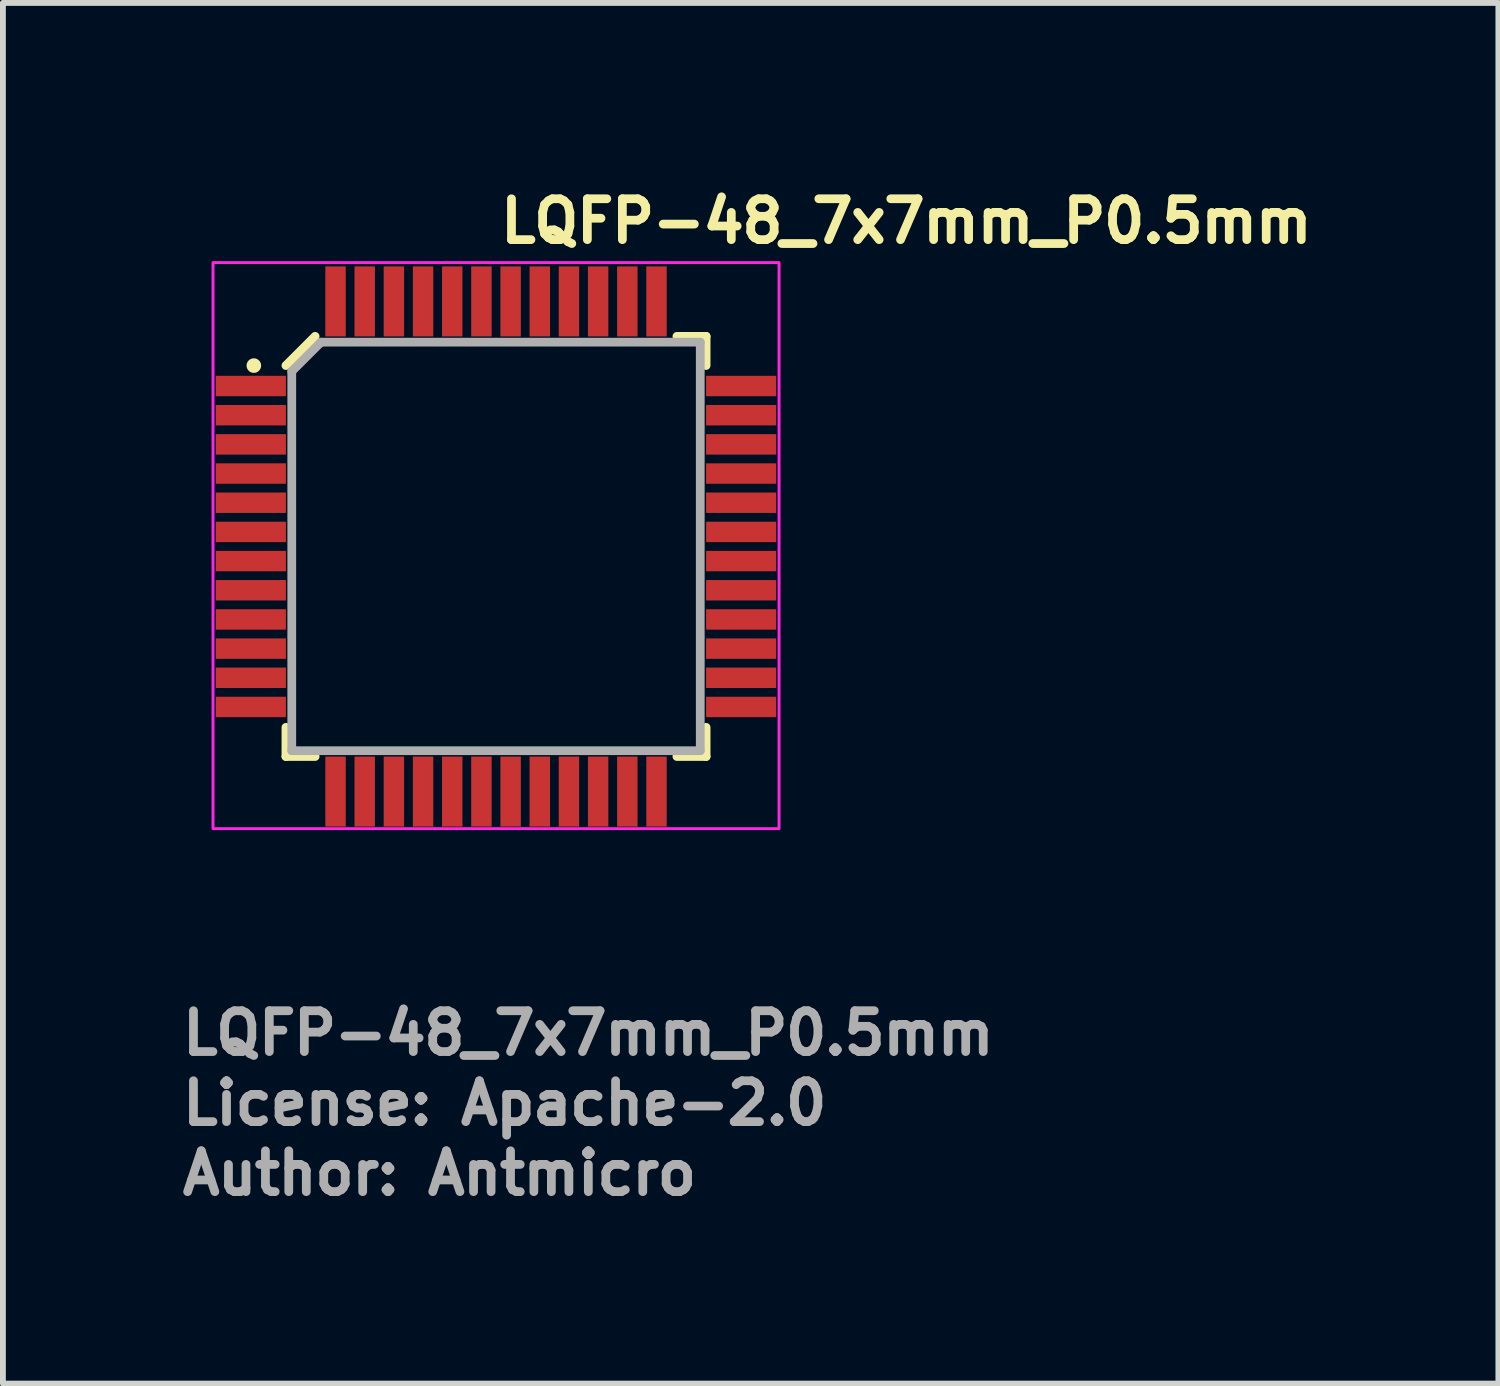
<source format=kicad_pcb>
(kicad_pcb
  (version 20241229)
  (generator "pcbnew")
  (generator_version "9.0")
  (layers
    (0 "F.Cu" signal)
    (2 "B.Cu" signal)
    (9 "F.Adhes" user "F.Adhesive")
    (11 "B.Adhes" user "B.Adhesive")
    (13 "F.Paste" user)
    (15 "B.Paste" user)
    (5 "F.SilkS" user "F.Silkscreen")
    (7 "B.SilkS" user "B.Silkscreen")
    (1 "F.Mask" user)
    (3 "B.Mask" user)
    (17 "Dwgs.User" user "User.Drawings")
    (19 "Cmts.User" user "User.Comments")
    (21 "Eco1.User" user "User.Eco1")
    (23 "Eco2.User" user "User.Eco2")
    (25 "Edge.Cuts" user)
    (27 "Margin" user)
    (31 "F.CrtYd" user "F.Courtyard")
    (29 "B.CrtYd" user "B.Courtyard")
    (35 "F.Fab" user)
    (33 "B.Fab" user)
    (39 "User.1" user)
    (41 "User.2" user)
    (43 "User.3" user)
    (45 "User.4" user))
  (footprint "LQFP-48_7x7mm_P0.5mm"
    (layer "F.Cu")
    (at 5.45 6.25)
    (property "Reference" "LQFP-48_7x7mm_P0.5mm" (at 0 -5.1 0) (layer "F.SilkS") (effects (font (size 0.7 0.7) (thickness 0.15)) (justify left bottom)))
    (attr smd)
    (fp_line (start -3.6 3.164) (end -3.6 3.664) (stroke (width 0.15) (type solid)) (layer "F.SilkS"))
    (fp_line (start -3.6 3.664) (end -3.1 3.664) (stroke (width 0.15) (type solid)) (layer "F.SilkS"))
    (fp_line (start -3.1 -3.536) (end -3.6 -3.036) (stroke (width 0.15) (type solid)) (layer "F.SilkS"))
    (fp_line (start 3.1 -3.536) (end 3.6 -3.536) (stroke (width 0.15) (type solid)) (layer "F.SilkS"))
    (fp_line (start 3.6 -3.536) (end 3.6 -3.036) (stroke (width 0.15) (type solid)) (layer "F.SilkS"))
    (fp_line (start 3.6 3.164) (end 3.6 3.664) (stroke (width 0.15) (type solid)) (layer "F.SilkS"))
    (fp_line (start 3.6 3.664) (end 3.1 3.664) (stroke (width 0.15) (type solid)) (layer "F.SilkS"))
    (fp_circle (center -4.15 -3.035) (end -4.1 -3.035) (stroke (width 0.15) (type solid)) (fill yes) (layer "F.SilkS"))
    (fp_rect (start -4.85 -4.8) (end 4.85 4.9) (stroke (width 0.05) (type solid)) (fill no) (layer "F.CrtYd"))
    (fp_line (start -3.5 -2.936) (end -3.5 3.564) (stroke (width 0.15) (type solid)) (layer "F.Fab"))
    (fp_line (start -3.5 3.564) (end 3.5 3.564) (stroke (width 0.15) (type solid)) (layer "F.Fab"))
    (fp_line (start -3 -3.436) (end -3.5 -2.936) (stroke (width 0.15) (type solid)) (layer "F.Fab"))
    (fp_line (start -3 -3.436) (end 3.5 -3.436) (stroke (width 0.15) (type solid)) (layer "F.Fab"))
    (fp_line (start 3.5 -3.436) (end 3.5 3.564) (stroke (width 0.15) (type solid)) (layer "F.Fab"))
    (fp_rect (start -4.514 -4.436) (end 4.486 4.564) (stroke (width 0.1) (type solid)) (fill no) (layer "User.5"))
    (fp_line (start -4.514 -2.576) (end -4.514 -2.796) (stroke (width 0.02) (type solid)) (layer "User.9"))
    (fp_line (start -4.514 -2.576) (end -4.081 -2.576) (stroke (width 0.02) (type solid)) (layer "User.9"))
    (fp_line (start -4.514 -2.076) (end -4.514 -2.296) (stroke (width 0.02) (type solid)) (layer "User.9"))
    (fp_line (start -4.514 -2.076) (end -4.081 -2.076) (stroke (width 0.02) (type solid)) (layer "User.9"))
    (fp_line (start -4.514 -1.576) (end -4.514 -1.796) (stroke (width 0.02) (type solid)) (layer "User.9"))
    (fp_line (start -4.514 -1.576) (end -4.081 -1.576) (stroke (width 0.02) (type solid)) (layer "User.9"))
    (fp_line (start -4.514 -1.076) (end -4.514 -1.296) (stroke (width 0.02) (type solid)) (layer "User.9"))
    (fp_line (start -4.514 -1.076) (end -4.081 -1.076) (stroke (width 0.02) (type solid)) (layer "User.9"))
    (fp_line (start -4.514 -0.576) (end -4.514 -0.796) (stroke (width 0.02) (type solid)) (layer "User.9"))
    (fp_line (start -4.514 -0.576) (end -4.081 -0.576) (stroke (width 0.02) (type solid)) (layer "User.9"))
    (fp_line (start -4.514 -0.075) (end -4.514 -0.296) (stroke (width 0.02) (type solid)) (layer "User.9"))
    (fp_line (start -4.514 -0.075) (end -4.081 -0.075) (stroke (width 0.02) (type solid)) (layer "User.9"))
    (fp_line (start -4.514 0.424) (end -4.514 0.204) (stroke (width 0.02) (type solid)) (layer "User.9"))
    (fp_line (start -4.514 0.424) (end -4.081 0.424) (stroke (width 0.02) (type solid)) (layer "User.9"))
    (fp_line (start -4.514 0.924) (end -4.514 0.704) (stroke (width 0.02) (type solid)) (layer "User.9"))
    (fp_line (start -4.514 0.924) (end -4.081 0.924) (stroke (width 0.02) (type solid)) (layer "User.9"))
    (fp_line (start -4.514 1.424) (end -4.514 1.204) (stroke (width 0.02) (type solid)) (layer "User.9"))
    (fp_line (start -4.514 1.424) (end -4.081 1.424) (stroke (width 0.02) (type solid)) (layer "User.9"))
    (fp_line (start -4.514 1.924) (end -4.514 1.704) (stroke (width 0.02) (type solid)) (layer "User.9"))
    (fp_line (start -4.514 1.924) (end -4.081 1.924) (stroke (width 0.02) (type solid)) (layer "User.9"))
    (fp_line (start -4.514 2.424) (end -4.514 2.204) (stroke (width 0.02) (type solid)) (layer "User.9"))
    (fp_line (start -4.514 2.424) (end -4.081 2.424) (stroke (width 0.02) (type solid)) (layer "User.9"))
    (fp_line (start -4.514 2.924) (end -4.514 2.704) (stroke (width 0.02) (type solid)) (layer "User.9"))
    (fp_line (start -4.514 2.924) (end -4.081 2.924) (stroke (width 0.02) (type solid)) (layer "User.9"))
    (fp_line (start -4.085 -0.292) (end -4.08 -0.292) (stroke (width 0.02) (type solid)) (layer "User.9"))
    (fp_line (start -4.081 -2.796) (end -4.514 -2.796) (stroke (width 0.02) (type solid)) (layer "User.9"))
    (fp_line (start -4.081 -2.796) (end -4.081 -2.576) (stroke (width 0.02) (type solid)) (layer "User.9"))
    (fp_line (start -4.081 -2.576) (end -3.832 -2.576) (stroke (width 0.02) (type solid)) (layer "User.9"))
    (fp_line (start -4.081 -2.296) (end -4.514 -2.296) (stroke (width 0.02) (type solid)) (layer "User.9"))
    (fp_line (start -4.081 -2.296) (end -4.081 -2.076) (stroke (width 0.02) (type solid)) (layer "User.9"))
    (fp_line (start -4.081 -2.076) (end -3.832 -2.076) (stroke (width 0.02) (type solid)) (layer "User.9"))
    (fp_line (start -4.081 -1.796) (end -4.514 -1.796) (stroke (width 0.02) (type solid)) (layer "User.9"))
    (fp_line (start -4.081 -1.796) (end -4.081 -1.576) (stroke (width 0.02) (type solid)) (layer "User.9"))
    (fp_line (start -4.081 -1.576) (end -3.832 -1.576) (stroke (width 0.02) (type solid)) (layer "User.9"))
    (fp_line (start -4.081 -1.296) (end -4.514 -1.296) (stroke (width 0.02) (type solid)) (layer "User.9"))
    (fp_line (start -4.081 -1.296) (end -4.081 -1.076) (stroke (width 0.02) (type solid)) (layer "User.9"))
    (fp_line (start -4.081 -1.076) (end -3.832 -1.076) (stroke (width 0.02) (type solid)) (layer "User.9"))
    (fp_line (start -4.081 -0.796) (end -4.514 -0.796) (stroke (width 0.02) (type solid)) (layer "User.9"))
    (fp_line (start -4.081 -0.796) (end -4.081 -0.576) (stroke (width 0.02) (type solid)) (layer "User.9"))
    (fp_line (start -4.081 -0.576) (end -3.832 -0.576) (stroke (width 0.02) (type solid)) (layer "User.9"))
    (fp_line (start -4.081 -0.296) (end -4.514 -0.296) (stroke (width 0.02) (type solid)) (layer "User.9"))
    (fp_line (start -4.081 -0.296) (end -4.081 -0.292) (stroke (width 0.02) (type solid)) (layer "User.9"))
    (fp_line (start -4.081 -0.079) (end -4.081 -0.075) (stroke (width 0.02) (type solid)) (layer "User.9"))
    (fp_line (start -4.081 -0.075) (end -3.832 -0.075) (stroke (width 0.02) (type solid)) (layer "User.9"))
    (fp_line (start -4.081 0.204) (end -4.514 0.204) (stroke (width 0.02) (type solid)) (layer "User.9"))
    (fp_line (start -4.081 0.204) (end -4.081 0.424) (stroke (width 0.02) (type solid)) (layer "User.9"))
    (fp_line (start -4.081 0.424) (end -3.832 0.424) (stroke (width 0.02) (type solid)) (layer "User.9"))
    (fp_line (start -4.081 0.704) (end -4.514 0.704) (stroke (width 0.02) (type solid)) (layer "User.9"))
    (fp_line (start -4.081 0.704) (end -4.081 0.924) (stroke (width 0.02) (type solid)) (layer "User.9"))
    (fp_line (start -4.081 0.924) (end -3.832 0.924) (stroke (width 0.02) (type solid)) (layer "User.9"))
    (fp_line (start -4.081 1.204) (end -4.514 1.204) (stroke (width 0.02) (type solid)) (layer "User.9"))
    (fp_line (start -4.081 1.204) (end -4.081 1.424) (stroke (width 0.02) (type solid)) (layer "User.9"))
    (fp_line (start -4.081 1.424) (end -3.832 1.424) (stroke (width 0.02) (type solid)) (layer "User.9"))
    (fp_line (start -4.081 1.704) (end -4.514 1.704) (stroke (width 0.02) (type solid)) (layer "User.9"))
    (fp_line (start -4.081 1.704) (end -4.081 1.924) (stroke (width 0.02) (type solid)) (layer "User.9"))
    (fp_line (start -4.081 1.924) (end -3.832 1.924) (stroke (width 0.02) (type solid)) (layer "User.9"))
    (fp_line (start -4.081 2.204) (end -4.514 2.204) (stroke (width 0.02) (type solid)) (layer "User.9"))
    (fp_line (start -4.081 2.204) (end -4.081 2.424) (stroke (width 0.02) (type solid)) (layer "User.9"))
    (fp_line (start -4.081 2.424) (end -3.832 2.424) (stroke (width 0.02) (type solid)) (layer "User.9"))
    (fp_line (start -4.081 2.704) (end -4.514 2.704) (stroke (width 0.02) (type solid)) (layer "User.9"))
    (fp_line (start -4.081 2.704) (end -4.081 2.924) (stroke (width 0.02) (type solid)) (layer "User.9"))
    (fp_line (start -4.081 2.924) (end -3.832 2.924) (stroke (width 0.02) (type solid)) (layer "User.9"))
    (fp_line (start -4.08 -0.079) (end -4.085 -0.079) (stroke (width 0.02) (type solid)) (layer "User.9"))
    (fp_line (start -3.832 -2.796) (end -4.081 -2.796) (stroke (width 0.02) (type solid)) (layer "User.9"))
    (fp_line (start -3.832 -2.576) (end -3.647 -2.576) (stroke (width 0.02) (type solid)) (layer "User.9"))
    (fp_line (start -3.832 -2.296) (end -4.081 -2.296) (stroke (width 0.02) (type solid)) (layer "User.9"))
    (fp_line (start -3.832 -2.076) (end -3.647 -2.076) (stroke (width 0.02) (type solid)) (layer "User.9"))
    (fp_line (start -3.832 -1.796) (end -4.081 -1.796) (stroke (width 0.02) (type solid)) (layer "User.9"))
    (fp_line (start -3.832 -1.576) (end -3.647 -1.576) (stroke (width 0.02) (type solid)) (layer "User.9"))
    (fp_line (start -3.832 -1.296) (end -4.081 -1.296) (stroke (width 0.02) (type solid)) (layer "User.9"))
    (fp_line (start -3.832 -1.076) (end -3.647 -1.076) (stroke (width 0.02) (type solid)) (layer "User.9"))
    (fp_line (start -3.832 -0.796) (end -4.081 -0.796) (stroke (width 0.02) (type solid)) (layer "User.9"))
    (fp_line (start -3.832 -0.576) (end -3.647 -0.576) (stroke (width 0.02) (type solid)) (layer "User.9"))
    (fp_line (start -3.832 -0.296) (end -4.081 -0.296) (stroke (width 0.02) (type solid)) (layer "User.9"))
    (fp_line (start -3.832 -0.075) (end -3.647 -0.075) (stroke (width 0.02) (type solid)) (layer "User.9"))
    (fp_line (start -3.832 0.204) (end -4.081 0.204) (stroke (width 0.02) (type solid)) (layer "User.9"))
    (fp_line (start -3.832 0.424) (end -3.647 0.424) (stroke (width 0.02) (type solid)) (layer "User.9"))
    (fp_line (start -3.832 0.704) (end -4.081 0.704) (stroke (width 0.02) (type solid)) (layer "User.9"))
    (fp_line (start -3.832 0.924) (end -3.647 0.924) (stroke (width 0.02) (type solid)) (layer "User.9"))
    (fp_line (start -3.832 1.204) (end -4.081 1.204) (stroke (width 0.02) (type solid)) (layer "User.9"))
    (fp_line (start -3.832 1.424) (end -3.647 1.424) (stroke (width 0.02) (type solid)) (layer "User.9"))
    (fp_line (start -3.832 1.704) (end -4.081 1.704) (stroke (width 0.02) (type solid)) (layer "User.9"))
    (fp_line (start -3.832 1.924) (end -3.647 1.924) (stroke (width 0.02) (type solid)) (layer "User.9"))
    (fp_line (start -3.832 2.204) (end -4.081 2.204) (stroke (width 0.02) (type solid)) (layer "User.9"))
    (fp_line (start -3.832 2.424) (end -3.647 2.424) (stroke (width 0.02) (type solid)) (layer "User.9"))
    (fp_line (start -3.832 2.704) (end -4.081 2.704) (stroke (width 0.02) (type solid)) (layer "User.9"))
    (fp_line (start -3.832 2.924) (end -3.647 2.924) (stroke (width 0.02) (type solid)) (layer "User.9"))
    (fp_line (start -3.647 -2.796) (end -3.832 -2.796) (stroke (width 0.02) (type solid)) (layer "User.9"))
    (fp_line (start -3.647 -2.576) (end -3.514 -2.576) (stroke (width 0.02) (type solid)) (layer "User.9"))
    (fp_line (start -3.647 -2.296) (end -3.832 -2.296) (stroke (width 0.02) (type solid)) (layer "User.9"))
    (fp_line (start -3.647 -2.076) (end -3.514 -2.076) (stroke (width 0.02) (type solid)) (layer "User.9"))
    (fp_line (start -3.647 -1.796) (end -3.832 -1.796) (stroke (width 0.02) (type solid)) (layer "User.9"))
    (fp_line (start -3.647 -1.576) (end -3.514 -1.576) (stroke (width 0.02) (type solid)) (layer "User.9"))
    (fp_line (start -3.647 -1.296) (end -3.832 -1.296) (stroke (width 0.02) (type solid)) (layer "User.9"))
    (fp_line (start -3.647 -1.076) (end -3.514 -1.076) (stroke (width 0.02) (type solid)) (layer "User.9"))
    (fp_line (start -3.647 -0.796) (end -3.832 -0.796) (stroke (width 0.02) (type solid)) (layer "User.9"))
    (fp_line (start -3.647 -0.576) (end -3.514 -0.576) (stroke (width 0.02) (type solid)) (layer "User.9"))
    (fp_line (start -3.647 -0.296) (end -3.832 -0.296) (stroke (width 0.02) (type solid)) (layer "User.9"))
    (fp_line (start -3.647 -0.075) (end -3.514 -0.075) (stroke (width 0.02) (type solid)) (layer "User.9"))
    (fp_line (start -3.647 0.204) (end -3.832 0.204) (stroke (width 0.02) (type solid)) (layer "User.9"))
    (fp_line (start -3.647 0.424) (end -3.514 0.424) (stroke (width 0.02) (type solid)) (layer "User.9"))
    (fp_line (start -3.647 0.704) (end -3.832 0.704) (stroke (width 0.02) (type solid)) (layer "User.9"))
    (fp_line (start -3.647 0.924) (end -3.514 0.924) (stroke (width 0.02) (type solid)) (layer "User.9"))
    (fp_line (start -3.647 1.204) (end -3.832 1.204) (stroke (width 0.02) (type solid)) (layer "User.9"))
    (fp_line (start -3.647 1.424) (end -3.514 1.424) (stroke (width 0.02) (type solid)) (layer "User.9"))
    (fp_line (start -3.647 1.704) (end -3.832 1.704) (stroke (width 0.02) (type solid)) (layer "User.9"))
    (fp_line (start -3.647 1.924) (end -3.514 1.924) (stroke (width 0.02) (type solid)) (layer "User.9"))
    (fp_line (start -3.647 2.204) (end -3.832 2.204) (stroke (width 0.02) (type solid)) (layer "User.9"))
    (fp_line (start -3.647 2.424) (end -3.514 2.424) (stroke (width 0.02) (type solid)) (layer "User.9"))
    (fp_line (start -3.647 2.704) (end -3.832 2.704) (stroke (width 0.02) (type solid)) (layer "User.9"))
    (fp_line (start -3.647 2.924) (end -3.514 2.924) (stroke (width 0.02) (type solid)) (layer "User.9"))
    (fp_line (start -3.514 -3.036) (end -3.514 3.564) (stroke (width 0.02) (type solid)) (layer "User.9"))
    (fp_line (start -3.514 -3.036) (end -3.114 -3.436) (stroke (width 0.02) (type solid)) (layer "User.9"))
    (fp_line (start -3.514 -2.796) (end -3.647 -2.796) (stroke (width 0.02) (type solid)) (layer "User.9"))
    (fp_line (start -3.514 -2.296) (end -3.647 -2.296) (stroke (width 0.02) (type solid)) (layer "User.9"))
    (fp_line (start -3.514 -1.796) (end -3.647 -1.796) (stroke (width 0.02) (type solid)) (layer "User.9"))
    (fp_line (start -3.514 -1.296) (end -3.647 -1.296) (stroke (width 0.02) (type solid)) (layer "User.9"))
    (fp_line (start -3.514 -0.796) (end -3.647 -0.796) (stroke (width 0.02) (type solid)) (layer "User.9"))
    (fp_line (start -3.514 -0.296) (end -3.647 -0.296) (stroke (width 0.02) (type solid)) (layer "User.9"))
    (fp_line (start -3.514 0.204) (end -3.647 0.204) (stroke (width 0.02) (type solid)) (layer "User.9"))
    (fp_line (start -3.514 0.704) (end -3.647 0.704) (stroke (width 0.02) (type solid)) (layer "User.9"))
    (fp_line (start -3.514 1.204) (end -3.647 1.204) (stroke (width 0.02) (type solid)) (layer "User.9"))
    (fp_line (start -3.514 1.704) (end -3.647 1.704) (stroke (width 0.02) (type solid)) (layer "User.9"))
    (fp_line (start -3.514 2.204) (end -3.647 2.204) (stroke (width 0.02) (type solid)) (layer "User.9"))
    (fp_line (start -3.514 2.704) (end -3.647 2.704) (stroke (width 0.02) (type solid)) (layer "User.9"))
    (fp_line (start -3.514 3.564) (end 3.486 3.564) (stroke (width 0.02) (type solid)) (layer "User.9"))
    (fp_line (start -3.339 -2.963) (end -3.514 -3.036) (stroke (width 0.02) (type solid)) (layer "User.9"))
    (fp_line (start -3.339 3.389) (end -3.514 3.564) (stroke (width 0.02) (type solid)) (layer "User.9"))
    (fp_line (start -3.339 3.389) (end -3.339 -2.963) (stroke (width 0.02) (type solid)) (layer "User.9"))
    (fp_line (start -3.114 -3.436) (end -3.041 -3.26) (stroke (width 0.02) (type solid)) (layer "User.9"))
    (fp_line (start -3.041 -3.26) (end -3.339 -2.963) (stroke (width 0.02) (type solid)) (layer "User.9"))
    (fp_line (start -3.041 -3.26) (end 3.311 -3.26) (stroke (width 0.02) (type solid)) (layer "User.9"))
    (fp_line (start -2.964 -2.636) (end -2.963 -2.652) (stroke (width 0.02) (type solid)) (layer "User.9"))
    (fp_line (start -2.964 -2.627) (end -2.964 -2.636) (stroke (width 0.02) (type solid)) (layer "User.9"))
    (fp_line (start -2.963 -2.652) (end -2.962 -2.669) (stroke (width 0.02) (type solid)) (layer "User.9"))
    (fp_line (start -2.963 -2.619) (end -2.964 -2.627) (stroke (width 0.02) (type solid)) (layer "User.9"))
    (fp_line (start -2.963 -2.611) (end -2.963 -2.619) (stroke (width 0.02) (type solid)) (layer "User.9"))
    (fp_line (start -2.962 -2.669) (end -2.959 -2.685) (stroke (width 0.02) (type solid)) (layer "User.9"))
    (fp_line (start -2.962 -2.602) (end -2.963 -2.611) (stroke (width 0.02) (type solid)) (layer "User.9"))
    (fp_line (start -2.961 -2.594) (end -2.962 -2.602) (stroke (width 0.02) (type solid)) (layer "User.9"))
    (fp_line (start -2.959 -2.685) (end -2.955 -2.701) (stroke (width 0.02) (type solid)) (layer "User.9"))
    (fp_line (start -2.959 -2.586) (end -2.961 -2.594) (stroke (width 0.02) (type solid)) (layer "User.9"))
    (fp_line (start -2.957 -2.578) (end -2.959 -2.586) (stroke (width 0.02) (type solid)) (layer "User.9"))
    (fp_line (start -2.955 -2.701) (end -2.951 -2.716) (stroke (width 0.02) (type solid)) (layer "User.9"))
    (fp_line (start -2.955 -2.57) (end -2.957 -2.578) (stroke (width 0.02) (type solid)) (layer "User.9"))
    (fp_line (start -2.953 -2.562) (end -2.955 -2.57) (stroke (width 0.02) (type solid)) (layer "User.9"))
    (fp_line (start -2.951 -2.716) (end -2.945 -2.731) (stroke (width 0.02) (type solid)) (layer "User.9"))
    (fp_line (start -2.951 -2.555) (end -2.953 -2.562) (stroke (width 0.02) (type solid)) (layer "User.9"))
    (fp_line (start -2.948 -2.547) (end -2.951 -2.555) (stroke (width 0.02) (type solid)) (layer "User.9"))
    (fp_line (start -2.945 -2.731) (end -2.938 -2.746) (stroke (width 0.02) (type solid)) (layer "User.9"))
    (fp_line (start -2.945 -2.54) (end -2.948 -2.547) (stroke (width 0.02) (type solid)) (layer "User.9"))
    (fp_line (start -2.942 -2.532) (end -2.945 -2.54) (stroke (width 0.02) (type solid)) (layer "User.9"))
    (fp_line (start -2.938 -2.746) (end -2.931 -2.76) (stroke (width 0.02) (type solid)) (layer "User.9"))
    (fp_line (start -2.938 -2.525) (end -2.942 -2.532) (stroke (width 0.02) (type solid)) (layer "User.9"))
    (fp_line (start -2.934 -2.518) (end -2.938 -2.525) (stroke (width 0.02) (type solid)) (layer "User.9"))
    (fp_line (start -2.931 -2.76) (end -2.922 -2.774) (stroke (width 0.02) (type solid)) (layer "User.9"))
    (fp_line (start -2.931 -2.51) (end -2.934 -2.518) (stroke (width 0.02) (type solid)) (layer "User.9"))
    (fp_line (start -2.926 -2.504) (end -2.931 -2.51) (stroke (width 0.02) (type solid)) (layer "User.9"))
    (fp_line (start -2.922 -2.774) (end -2.913 -2.787) (stroke (width 0.02) (type solid)) (layer "User.9"))
    (fp_line (start -2.922 -2.497) (end -2.926 -2.504) (stroke (width 0.02) (type solid)) (layer "User.9"))
    (fp_line (start -2.917 -2.49) (end -2.922 -2.497) (stroke (width 0.02) (type solid)) (layer "User.9"))
    (fp_line (start -2.913 -2.787) (end -2.902 -2.8) (stroke (width 0.02) (type solid)) (layer "User.9"))
    (fp_line (start -2.913 -2.484) (end -2.917 -2.49) (stroke (width 0.02) (type solid)) (layer "User.9"))
    (fp_line (start -2.908 -2.477) (end -2.913 -2.484) (stroke (width 0.02) (type solid)) (layer "User.9"))
    (fp_line (start -2.902 -2.8) (end -2.891 -2.812) (stroke (width 0.02) (type solid)) (layer "User.9"))
    (fp_line (start -2.902 -2.471) (end -2.908 -2.477) (stroke (width 0.02) (type solid)) (layer "User.9"))
    (fp_line (start -2.897 -2.465) (end -2.902 -2.471) (stroke (width 0.02) (type solid)) (layer "User.9"))
    (fp_line (start -2.891 -2.812) (end -2.879 -2.823) (stroke (width 0.02) (type solid)) (layer "User.9"))
    (fp_line (start -2.891 -2.459) (end -2.897 -2.465) (stroke (width 0.02) (type solid)) (layer "User.9"))
    (fp_line (start -2.885 -2.453) (end -2.891 -2.459) (stroke (width 0.02) (type solid)) (layer "User.9"))
    (fp_line (start -2.879 -2.823) (end -2.867 -2.834) (stroke (width 0.02) (type solid)) (layer "User.9"))
    (fp_line (start -2.879 -2.448) (end -2.885 -2.453) (stroke (width 0.02) (type solid)) (layer "User.9"))
    (fp_line (start -2.874 -4.436) (end -2.874 -4.003) (stroke (width 0.02) (type solid)) (layer "User.9"))
    (fp_line (start -2.874 -4.436) (end -2.654 -4.436) (stroke (width 0.02) (type solid)) (layer "User.9"))
    (fp_line (start -2.874 -4.003) (end -2.874 -3.753) (stroke (width 0.02) (type solid)) (layer "User.9"))
    (fp_line (start -2.874 -3.753) (end -2.874 -3.568) (stroke (width 0.02) (type solid)) (layer "User.9"))
    (fp_line (start -2.874 -3.568) (end -2.874 -3.436) (stroke (width 0.02) (type solid)) (layer "User.9"))
    (fp_line (start -2.874 3.697) (end -2.874 3.564) (stroke (width 0.02) (type solid)) (layer "User.9"))
    (fp_line (start -2.874 3.882) (end -2.874 3.697) (stroke (width 0.02) (type solid)) (layer "User.9"))
    (fp_line (start -2.874 4.132) (end -2.874 3.882) (stroke (width 0.02) (type solid)) (layer "User.9"))
    (fp_line (start -2.874 4.564) (end -2.874 4.132) (stroke (width 0.02) (type solid)) (layer "User.9"))
    (fp_line (start -2.874 4.564) (end -2.654 4.564) (stroke (width 0.02) (type solid)) (layer "User.9"))
    (fp_line (start -2.873 -2.443) (end -2.879 -2.448) (stroke (width 0.02) (type solid)) (layer "User.9"))
    (fp_line (start -2.867 -2.834) (end -2.853 -2.843) (stroke (width 0.02) (type solid)) (layer "User.9"))
    (fp_line (start -2.867 -2.437) (end -2.873 -2.443) (stroke (width 0.02) (type solid)) (layer "User.9"))
    (fp_line (start -2.86 -2.433) (end -2.867 -2.437) (stroke (width 0.02) (type solid)) (layer "User.9"))
    (fp_line (start -2.853 -2.843) (end -2.839 -2.852) (stroke (width 0.02) (type solid)) (layer "User.9"))
    (fp_line (start -2.853 -2.428) (end -2.86 -2.433) (stroke (width 0.02) (type solid)) (layer "User.9"))
    (fp_line (start -2.846 -2.423) (end -2.853 -2.428) (stroke (width 0.02) (type solid)) (layer "User.9"))
    (fp_line (start -2.839 -2.852) (end -2.839 -2.852) (stroke (width 0.02) (type solid)) (layer "User.9"))
    (fp_line (start -2.839 -2.852) (end -2.824 -2.86) (stroke (width 0.02) (type solid)) (layer "User.9"))
    (fp_line (start -2.839 -2.419) (end -2.846 -2.423) (stroke (width 0.02) (type solid)) (layer "User.9"))
    (fp_line (start -2.839 -2.419) (end -2.839 -2.419) (stroke (width 0.02) (type solid)) (layer "User.9"))
    (fp_line (start -2.824 -2.86) (end -2.809 -2.867) (stroke (width 0.02) (type solid)) (layer "User.9"))
    (fp_line (start -2.824 -2.411) (end -2.839 -2.419) (stroke (width 0.02) (type solid)) (layer "User.9"))
    (fp_line (start -2.809 -2.867) (end -2.794 -2.872) (stroke (width 0.02) (type solid)) (layer "User.9"))
    (fp_line (start -2.809 -2.404) (end -2.824 -2.411) (stroke (width 0.02) (type solid)) (layer "User.9"))
    (fp_line (start -2.794 -2.872) (end -2.778 -2.877) (stroke (width 0.02) (type solid)) (layer "User.9"))
    (fp_line (start -2.794 -2.399) (end -2.809 -2.404) (stroke (width 0.02) (type solid)) (layer "User.9"))
    (fp_line (start -2.778 -2.877) (end -2.762 -2.881) (stroke (width 0.02) (type solid)) (layer "User.9"))
    (fp_line (start -2.778 -2.394) (end -2.794 -2.399) (stroke (width 0.02) (type solid)) (layer "User.9"))
    (fp_line (start -2.762 -2.881) (end -2.746 -2.883) (stroke (width 0.02) (type solid)) (layer "User.9"))
    (fp_line (start -2.762 -2.39) (end -2.778 -2.394) (stroke (width 0.02) (type solid)) (layer "User.9"))
    (fp_line (start -2.746 -2.883) (end -2.73 -2.885) (stroke (width 0.02) (type solid)) (layer "User.9"))
    (fp_line (start -2.746 -2.388) (end -2.762 -2.39) (stroke (width 0.02) (type solid)) (layer "User.9"))
    (fp_line (start -2.73 -2.885) (end -2.714 -2.886) (stroke (width 0.02) (type solid)) (layer "User.9"))
    (fp_line (start -2.73 -2.386) (end -2.746 -2.388) (stroke (width 0.02) (type solid)) (layer "User.9"))
    (fp_line (start -2.714 -2.886) (end -2.698 -2.885) (stroke (width 0.02) (type solid)) (layer "User.9"))
    (fp_line (start -2.714 -2.386) (end -2.73 -2.386) (stroke (width 0.02) (type solid)) (layer "User.9"))
    (fp_line (start -2.698 -2.885) (end -2.682 -2.883) (stroke (width 0.02) (type solid)) (layer "User.9"))
    (fp_line (start -2.698 -2.386) (end -2.714 -2.386) (stroke (width 0.02) (type solid)) (layer "User.9"))
    (fp_line (start -2.682 -2.883) (end -2.666 -2.881) (stroke (width 0.02) (type solid)) (layer "User.9"))
    (fp_line (start -2.682 -2.388) (end -2.698 -2.386) (stroke (width 0.02) (type solid)) (layer "User.9"))
    (fp_line (start -2.666 -2.881) (end -2.65 -2.877) (stroke (width 0.02) (type solid)) (layer "User.9"))
    (fp_line (start -2.666 -2.39) (end -2.682 -2.388) (stroke (width 0.02) (type solid)) (layer "User.9"))
    (fp_line (start -2.654 -4.003) (end -2.874 -4.003) (stroke (width 0.02) (type solid)) (layer "User.9"))
    (fp_line (start -2.654 -4.003) (end -2.654 -4.436) (stroke (width 0.02) (type solid)) (layer "User.9"))
    (fp_line (start -2.654 -3.753) (end -2.654 -4.003) (stroke (width 0.02) (type solid)) (layer "User.9"))
    (fp_line (start -2.654 -3.568) (end -2.654 -3.753) (stroke (width 0.02) (type solid)) (layer "User.9"))
    (fp_line (start -2.654 -3.436) (end -2.654 -3.568) (stroke (width 0.02) (type solid)) (layer "User.9"))
    (fp_line (start -2.654 3.564) (end -2.654 3.697) (stroke (width 0.02) (type solid)) (layer "User.9"))
    (fp_line (start -2.654 3.697) (end -2.654 3.882) (stroke (width 0.02) (type solid)) (layer "User.9"))
    (fp_line (start -2.654 3.882) (end -2.654 4.132) (stroke (width 0.02) (type solid)) (layer "User.9"))
    (fp_line (start -2.654 4.132) (end -2.874 4.132) (stroke (width 0.02) (type solid)) (layer "User.9"))
    (fp_line (start -2.654 4.132) (end -2.654 4.564) (stroke (width 0.02) (type solid)) (layer "User.9"))
    (fp_line (start -2.65 -2.877) (end -2.634 -2.872) (stroke (width 0.02) (type solid)) (layer "User.9"))
    (fp_line (start -2.65 -2.394) (end -2.666 -2.39) (stroke (width 0.02) (type solid)) (layer "User.9"))
    (fp_line (start -2.634 -2.872) (end -2.619 -2.867) (stroke (width 0.02) (type solid)) (layer "User.9"))
    (fp_line (start -2.634 -2.399) (end -2.65 -2.394) (stroke (width 0.02) (type solid)) (layer "User.9"))
    (fp_line (start -2.619 -2.867) (end -2.604 -2.86) (stroke (width 0.02) (type solid)) (layer "User.9"))
    (fp_line (start -2.619 -2.404) (end -2.634 -2.399) (stroke (width 0.02) (type solid)) (layer "User.9"))
    (fp_line (start -2.604 -2.86) (end -2.589 -2.852) (stroke (width 0.02) (type solid)) (layer "User.9"))
    (fp_line (start -2.604 -2.411) (end -2.619 -2.404) (stroke (width 0.02) (type solid)) (layer "User.9"))
    (fp_line (start -2.589 -2.852) (end -2.589 -2.852) (stroke (width 0.02) (type solid)) (layer "User.9"))
    (fp_line (start -2.589 -2.852) (end -2.582 -2.848) (stroke (width 0.02) (type solid)) (layer "User.9"))
    (fp_line (start -2.589 -2.419) (end -2.604 -2.411) (stroke (width 0.02) (type solid)) (layer "User.9"))
    (fp_line (start -2.589 -2.419) (end -2.589 -2.419) (stroke (width 0.02) (type solid)) (layer "User.9"))
    (fp_line (start -2.582 -2.848) (end -2.575 -2.843) (stroke (width 0.02) (type solid)) (layer "User.9"))
    (fp_line (start -2.575 -2.843) (end -2.568 -2.838) (stroke (width 0.02) (type solid)) (layer "User.9"))
    (fp_line (start -2.575 -2.428) (end -2.589 -2.419) (stroke (width 0.02) (type solid)) (layer "User.9"))
    (fp_line (start -2.568 -2.838) (end -2.561 -2.834) (stroke (width 0.02) (type solid)) (layer "User.9"))
    (fp_line (start -2.561 -2.834) (end -2.555 -2.828) (stroke (width 0.02) (type solid)) (layer "User.9"))
    (fp_line (start -2.561 -2.437) (end -2.575 -2.428) (stroke (width 0.02) (type solid)) (layer "User.9"))
    (fp_line (start -2.555 -2.828) (end -2.549 -2.823) (stroke (width 0.02) (type solid)) (layer "User.9"))
    (fp_line (start -2.549 -2.823) (end -2.543 -2.818) (stroke (width 0.02) (type solid)) (layer "User.9"))
    (fp_line (start -2.549 -2.448) (end -2.561 -2.437) (stroke (width 0.02) (type solid)) (layer "User.9"))
    (fp_line (start -2.543 -2.818) (end -2.537 -2.812) (stroke (width 0.02) (type solid)) (layer "User.9"))
    (fp_line (start -2.537 -2.812) (end -2.531 -2.806) (stroke (width 0.02) (type solid)) (layer "User.9"))
    (fp_line (start -2.537 -2.459) (end -2.549 -2.448) (stroke (width 0.02) (type solid)) (layer "User.9"))
    (fp_line (start -2.531 -2.806) (end -2.526 -2.8) (stroke (width 0.02) (type solid)) (layer "User.9"))
    (fp_line (start -2.526 -2.8) (end -2.52 -2.794) (stroke (width 0.02) (type solid)) (layer "User.9"))
    (fp_line (start -2.526 -2.471) (end -2.537 -2.459) (stroke (width 0.02) (type solid)) (layer "User.9"))
    (fp_line (start -2.52 -2.794) (end -2.515 -2.787) (stroke (width 0.02) (type solid)) (layer "User.9"))
    (fp_line (start -2.515 -2.787) (end -2.511 -2.781) (stroke (width 0.02) (type solid)) (layer "User.9"))
    (fp_line (start -2.515 -2.484) (end -2.526 -2.471) (stroke (width 0.02) (type solid)) (layer "User.9"))
    (fp_line (start -2.511 -2.781) (end -2.506 -2.774) (stroke (width 0.02) (type solid)) (layer "User.9"))
    (fp_line (start -2.506 -2.774) (end -2.502 -2.767) (stroke (width 0.02) (type solid)) (layer "User.9"))
    (fp_line (start -2.506 -2.497) (end -2.515 -2.484) (stroke (width 0.02) (type solid)) (layer "User.9"))
    (fp_line (start -2.502 -2.767) (end -2.497 -2.76) (stroke (width 0.02) (type solid)) (layer "User.9"))
    (fp_line (start -2.497 -2.76) (end -2.494 -2.753) (stroke (width 0.02) (type solid)) (layer "User.9"))
    (fp_line (start -2.497 -2.51) (end -2.506 -2.497) (stroke (width 0.02) (type solid)) (layer "User.9"))
    (fp_line (start -2.494 -2.753) (end -2.49 -2.746) (stroke (width 0.02) (type solid)) (layer "User.9"))
    (fp_line (start -2.49 -2.746) (end -2.486 -2.739) (stroke (width 0.02) (type solid)) (layer "User.9"))
    (fp_line (start -2.49 -2.525) (end -2.497 -2.51) (stroke (width 0.02) (type solid)) (layer "User.9"))
    (fp_line (start -2.486 -2.739) (end -2.483 -2.731) (stroke (width 0.02) (type solid)) (layer "User.9"))
    (fp_line (start -2.483 -2.731) (end -2.48 -2.724) (stroke (width 0.02) (type solid)) (layer "User.9"))
    (fp_line (start -2.483 -2.54) (end -2.49 -2.525) (stroke (width 0.02) (type solid)) (layer "User.9"))
    (fp_line (start -2.48 -2.724) (end -2.477 -2.716) (stroke (width 0.02) (type solid)) (layer "User.9"))
    (fp_line (start -2.477 -2.716) (end -2.475 -2.709) (stroke (width 0.02) (type solid)) (layer "User.9"))
    (fp_line (start -2.477 -2.555) (end -2.483 -2.54) (stroke (width 0.02) (type solid)) (layer "User.9"))
    (fp_line (start -2.475 -2.709) (end -2.473 -2.701) (stroke (width 0.02) (type solid)) (layer "User.9"))
    (fp_line (start -2.473 -2.701) (end -2.471 -2.693) (stroke (width 0.02) (type solid)) (layer "User.9"))
    (fp_line (start -2.473 -2.57) (end -2.477 -2.555) (stroke (width 0.02) (type solid)) (layer "User.9"))
    (fp_line (start -2.471 -2.693) (end -2.469 -2.685) (stroke (width 0.02) (type solid)) (layer "User.9"))
    (fp_line (start -2.469 -2.685) (end -2.467 -2.677) (stroke (width 0.02) (type solid)) (layer "User.9"))
    (fp_line (start -2.469 -2.586) (end -2.473 -2.57) (stroke (width 0.02) (type solid)) (layer "User.9"))
    (fp_line (start -2.467 -2.677) (end -2.466 -2.669) (stroke (width 0.02) (type solid)) (layer "User.9"))
    (fp_line (start -2.466 -2.669) (end -2.465 -2.66) (stroke (width 0.02) (type solid)) (layer "User.9"))
    (fp_line (start -2.466 -2.602) (end -2.469 -2.586) (stroke (width 0.02) (type solid)) (layer "User.9"))
    (fp_line (start -2.465 -2.66) (end -2.465 -2.652) (stroke (width 0.02) (type solid)) (layer "User.9"))
    (fp_line (start -2.465 -2.652) (end -2.464 -2.644) (stroke (width 0.02) (type solid)) (layer "User.9"))
    (fp_line (start -2.465 -2.619) (end -2.466 -2.602) (stroke (width 0.02) (type solid)) (layer "User.9"))
    (fp_line (start -2.464 -2.644) (end -2.464 -2.636) (stroke (width 0.02) (type solid)) (layer "User.9"))
    (fp_line (start -2.464 -2.636) (end -2.465 -2.619) (stroke (width 0.02) (type solid)) (layer "User.9"))
    (fp_line (start -2.374 -4.436) (end -2.374 -4.003) (stroke (width 0.02) (type solid)) (layer "User.9"))
    (fp_line (start -2.374 -4.436) (end -2.154 -4.436) (stroke (width 0.02) (type solid)) (layer "User.9"))
    (fp_line (start -2.374 -4.003) (end -2.374 -3.753) (stroke (width 0.02) (type solid)) (layer "User.9"))
    (fp_line (start -2.374 -3.753) (end -2.374 -3.568) (stroke (width 0.02) (type solid)) (layer "User.9"))
    (fp_line (start -2.374 -3.568) (end -2.374 -3.436) (stroke (width 0.02) (type solid)) (layer "User.9"))
    (fp_line (start -2.374 3.697) (end -2.374 3.564) (stroke (width 0.02) (type solid)) (layer "User.9"))
    (fp_line (start -2.374 3.882) (end -2.374 3.697) (stroke (width 0.02) (type solid)) (layer "User.9"))
    (fp_line (start -2.374 4.132) (end -2.374 3.882) (stroke (width 0.02) (type solid)) (layer "User.9"))
    (fp_line (start -2.374 4.564) (end -2.374 4.132) (stroke (width 0.02) (type solid)) (layer "User.9"))
    (fp_line (start -2.374 4.564) (end -2.154 4.564) (stroke (width 0.02) (type solid)) (layer "User.9"))
    (fp_line (start -2.154 -4.003) (end -2.374 -4.003) (stroke (width 0.02) (type solid)) (layer "User.9"))
    (fp_line (start -2.154 -4.003) (end -2.154 -4.436) (stroke (width 0.02) (type solid)) (layer "User.9"))
    (fp_line (start -2.154 -3.753) (end -2.154 -4.003) (stroke (width 0.02) (type solid)) (layer "User.9"))
    (fp_line (start -2.154 -3.568) (end -2.154 -3.753) (stroke (width 0.02) (type solid)) (layer "User.9"))
    (fp_line (start -2.154 -3.436) (end -2.154 -3.568) (stroke (width 0.02) (type solid)) (layer "User.9"))
    (fp_line (start -2.154 3.564) (end -2.154 3.697) (stroke (width 0.02) (type solid)) (layer "User.9"))
    (fp_line (start -2.154 3.697) (end -2.154 3.882) (stroke (width 0.02) (type solid)) (layer "User.9"))
    (fp_line (start -2.154 3.882) (end -2.154 4.132) (stroke (width 0.02) (type solid)) (layer "User.9"))
    (fp_line (start -2.154 4.132) (end -2.374 4.132) (stroke (width 0.02) (type solid)) (layer "User.9"))
    (fp_line (start -2.154 4.132) (end -2.154 4.564) (stroke (width 0.02) (type solid)) (layer "User.9"))
    (fp_line (start -1.874 -4.436) (end -1.874 -4.003) (stroke (width 0.02) (type solid)) (layer "User.9"))
    (fp_line (start -1.874 -4.436) (end -1.654 -4.436) (stroke (width 0.02) (type solid)) (layer "User.9"))
    (fp_line (start -1.874 -4.003) (end -1.874 -3.753) (stroke (width 0.02) (type solid)) (layer "User.9"))
    (fp_line (start -1.874 -3.753) (end -1.874 -3.568) (stroke (width 0.02) (type solid)) (layer "User.9"))
    (fp_line (start -1.874 -3.568) (end -1.874 -3.436) (stroke (width 0.02) (type solid)) (layer "User.9"))
    (fp_line (start -1.874 3.697) (end -1.874 3.564) (stroke (width 0.02) (type solid)) (layer "User.9"))
    (fp_line (start -1.874 3.882) (end -1.874 3.697) (stroke (width 0.02) (type solid)) (layer "User.9"))
    (fp_line (start -1.874 4.132) (end -1.874 3.882) (stroke (width 0.02) (type solid)) (layer "User.9"))
    (fp_line (start -1.874 4.564) (end -1.874 4.132) (stroke (width 0.02) (type solid)) (layer "User.9"))
    (fp_line (start -1.874 4.564) (end -1.654 4.564) (stroke (width 0.02) (type solid)) (layer "User.9"))
    (fp_line (start -1.654 -4.003) (end -1.874 -4.003) (stroke (width 0.02) (type solid)) (layer "User.9"))
    (fp_line (start -1.654 -4.003) (end -1.654 -4.436) (stroke (width 0.02) (type solid)) (layer "User.9"))
    (fp_line (start -1.654 -3.753) (end -1.654 -4.003) (stroke (width 0.02) (type solid)) (layer "User.9"))
    (fp_line (start -1.654 -3.568) (end -1.654 -3.753) (stroke (width 0.02) (type solid)) (layer "User.9"))
    (fp_line (start -1.654 -3.436) (end -1.654 -3.568) (stroke (width 0.02) (type solid)) (layer "User.9"))
    (fp_line (start -1.654 3.564) (end -1.654 3.697) (stroke (width 0.02) (type solid)) (layer "User.9"))
    (fp_line (start -1.654 3.697) (end -1.654 3.882) (stroke (width 0.02) (type solid)) (layer "User.9"))
    (fp_line (start -1.654 3.882) (end -1.654 4.132) (stroke (width 0.02) (type solid)) (layer "User.9"))
    (fp_line (start -1.654 4.132) (end -1.874 4.132) (stroke (width 0.02) (type solid)) (layer "User.9"))
    (fp_line (start -1.654 4.132) (end -1.654 4.564) (stroke (width 0.02) (type solid)) (layer "User.9"))
    (fp_line (start -1.374 -4.436) (end -1.374 -4.003) (stroke (width 0.02) (type solid)) (layer "User.9"))
    (fp_line (start -1.374 -4.436) (end -1.154 -4.436) (stroke (width 0.02) (type solid)) (layer "User.9"))
    (fp_line (start -1.374 -4.003) (end -1.374 -3.753) (stroke (width 0.02) (type solid)) (layer "User.9"))
    (fp_line (start -1.374 -3.753) (end -1.374 -3.568) (stroke (width 0.02) (type solid)) (layer "User.9"))
    (fp_line (start -1.374 -3.568) (end -1.374 -3.436) (stroke (width 0.02) (type solid)) (layer "User.9"))
    (fp_line (start -1.374 3.697) (end -1.374 3.564) (stroke (width 0.02) (type solid)) (layer "User.9"))
    (fp_line (start -1.374 3.882) (end -1.374 3.697) (stroke (width 0.02) (type solid)) (layer "User.9"))
    (fp_line (start -1.374 4.132) (end -1.374 3.882) (stroke (width 0.02) (type solid)) (layer "User.9"))
    (fp_line (start -1.374 4.564) (end -1.374 4.132) (stroke (width 0.02) (type solid)) (layer "User.9"))
    (fp_line (start -1.374 4.564) (end -1.154 4.564) (stroke (width 0.02) (type solid)) (layer "User.9"))
    (fp_line (start -1.154 -4.003) (end -1.374 -4.003) (stroke (width 0.02) (type solid)) (layer "User.9"))
    (fp_line (start -1.154 -4.003) (end -1.154 -4.436) (stroke (width 0.02) (type solid)) (layer "User.9"))
    (fp_line (start -1.154 -3.753) (end -1.154 -4.003) (stroke (width 0.02) (type solid)) (layer "User.9"))
    (fp_line (start -1.154 -3.568) (end -1.154 -3.753) (stroke (width 0.02) (type solid)) (layer "User.9"))
    (fp_line (start -1.154 -3.436) (end -1.154 -3.568) (stroke (width 0.02) (type solid)) (layer "User.9"))
    (fp_line (start -1.154 3.564) (end -1.154 3.697) (stroke (width 0.02) (type solid)) (layer "User.9"))
    (fp_line (start -1.154 3.697) (end -1.154 3.882) (stroke (width 0.02) (type solid)) (layer "User.9"))
    (fp_line (start -1.154 3.882) (end -1.154 4.132) (stroke (width 0.02) (type solid)) (layer "User.9"))
    (fp_line (start -1.154 4.132) (end -1.374 4.132) (stroke (width 0.02) (type solid)) (layer "User.9"))
    (fp_line (start -1.154 4.132) (end -1.154 4.564) (stroke (width 0.02) (type solid)) (layer "User.9"))
    (fp_line (start -0.874 -4.436) (end -0.874 -4.003) (stroke (width 0.02) (type solid)) (layer "User.9"))
    (fp_line (start -0.874 -4.436) (end -0.654 -4.436) (stroke (width 0.02) (type solid)) (layer "User.9"))
    (fp_line (start -0.874 -4.003) (end -0.874 -3.753) (stroke (width 0.02) (type solid)) (layer "User.9"))
    (fp_line (start -0.874 -3.753) (end -0.874 -3.568) (stroke (width 0.02) (type solid)) (layer "User.9"))
    (fp_line (start -0.874 -3.568) (end -0.874 -3.436) (stroke (width 0.02) (type solid)) (layer "User.9"))
    (fp_line (start -0.874 3.697) (end -0.874 3.564) (stroke (width 0.02) (type solid)) (layer "User.9"))
    (fp_line (start -0.874 3.882) (end -0.874 3.697) (stroke (width 0.02) (type solid)) (layer "User.9"))
    (fp_line (start -0.874 4.132) (end -0.874 3.882) (stroke (width 0.02) (type solid)) (layer "User.9"))
    (fp_line (start -0.874 4.564) (end -0.874 4.132) (stroke (width 0.02) (type solid)) (layer "User.9"))
    (fp_line (start -0.874 4.564) (end -0.654 4.564) (stroke (width 0.02) (type solid)) (layer "User.9"))
    (fp_line (start -0.654 -4.003) (end -0.874 -4.003) (stroke (width 0.02) (type solid)) (layer "User.9"))
    (fp_line (start -0.654 -4.003) (end -0.654 -4.436) (stroke (width 0.02) (type solid)) (layer "User.9"))
    (fp_line (start -0.654 -3.753) (end -0.654 -4.003) (stroke (width 0.02) (type solid)) (layer "User.9"))
    (fp_line (start -0.654 -3.568) (end -0.654 -3.753) (stroke (width 0.02) (type solid)) (layer "User.9"))
    (fp_line (start -0.654 -3.436) (end -0.654 -3.568) (stroke (width 0.02) (type solid)) (layer "User.9"))
    (fp_line (start -0.654 3.564) (end -0.654 3.697) (stroke (width 0.02) (type solid)) (layer "User.9"))
    (fp_line (start -0.654 3.697) (end -0.654 3.882) (stroke (width 0.02) (type solid)) (layer "User.9"))
    (fp_line (start -0.654 3.882) (end -0.654 4.132) (stroke (width 0.02) (type solid)) (layer "User.9"))
    (fp_line (start -0.654 4.132) (end -0.874 4.132) (stroke (width 0.02) (type solid)) (layer "User.9"))
    (fp_line (start -0.654 4.132) (end -0.654 4.564) (stroke (width 0.02) (type solid)) (layer "User.9"))
    (fp_line (start -0.374 -4.436) (end -0.374 -4.003) (stroke (width 0.02) (type solid)) (layer "User.9"))
    (fp_line (start -0.374 -4.436) (end -0.154 -4.436) (stroke (width 0.02) (type solid)) (layer "User.9"))
    (fp_line (start -0.374 -4.003) (end -0.374 -3.753) (stroke (width 0.02) (type solid)) (layer "User.9"))
    (fp_line (start -0.374 -3.753) (end -0.374 -3.568) (stroke (width 0.02) (type solid)) (layer "User.9"))
    (fp_line (start -0.374 -3.568) (end -0.374 -3.436) (stroke (width 0.02) (type solid)) (layer "User.9"))
    (fp_line (start -0.374 3.697) (end -0.374 3.564) (stroke (width 0.02) (type solid)) (layer "User.9"))
    (fp_line (start -0.374 3.882) (end -0.374 3.697) (stroke (width 0.02) (type solid)) (layer "User.9"))
    (fp_line (start -0.374 4.132) (end -0.374 3.882) (stroke (width 0.02) (type solid)) (layer "User.9"))
    (fp_line (start -0.374 4.564) (end -0.374 4.132) (stroke (width 0.02) (type solid)) (layer "User.9"))
    (fp_line (start -0.374 4.564) (end -0.154 4.564) (stroke (width 0.02) (type solid)) (layer "User.9"))
    (fp_line (start -0.154 -4.003) (end -0.374 -4.003) (stroke (width 0.02) (type solid)) (layer "User.9"))
    (fp_line (start -0.154 -4.003) (end -0.154 -4.436) (stroke (width 0.02) (type solid)) (layer "User.9"))
    (fp_line (start -0.154 -3.753) (end -0.154 -4.003) (stroke (width 0.02) (type solid)) (layer "User.9"))
    (fp_line (start -0.154 -3.568) (end -0.154 -3.753) (stroke (width 0.02) (type solid)) (layer "User.9"))
    (fp_line (start -0.154 -3.436) (end -0.154 -3.568) (stroke (width 0.02) (type solid)) (layer "User.9"))
    (fp_line (start -0.154 3.564) (end -0.154 3.697) (stroke (width 0.02) (type solid)) (layer "User.9"))
    (fp_line (start -0.154 3.697) (end -0.154 3.882) (stroke (width 0.02) (type solid)) (layer "User.9"))
    (fp_line (start -0.154 3.882) (end -0.154 4.132) (stroke (width 0.02) (type solid)) (layer "User.9"))
    (fp_line (start -0.154 4.132) (end -0.374 4.132) (stroke (width 0.02) (type solid)) (layer "User.9"))
    (fp_line (start -0.154 4.132) (end -0.154 4.564) (stroke (width 0.02) (type solid)) (layer "User.9"))
    (fp_line (start 0.126 -4.436) (end 0.126 -4.003) (stroke (width 0.02) (type solid)) (layer "User.9"))
    (fp_line (start 0.126 -4.436) (end 0.346 -4.436) (stroke (width 0.02) (type solid)) (layer "User.9"))
    (fp_line (start 0.126 -4.003) (end 0.126 -3.753) (stroke (width 0.02) (type solid)) (layer "User.9"))
    (fp_line (start 0.126 -3.753) (end 0.126 -3.568) (stroke (width 0.02) (type solid)) (layer "User.9"))
    (fp_line (start 0.126 -3.568) (end 0.126 -3.436) (stroke (width 0.02) (type solid)) (layer "User.9"))
    (fp_line (start 0.126 3.697) (end 0.126 3.564) (stroke (width 0.02) (type solid)) (layer "User.9"))
    (fp_line (start 0.126 3.882) (end 0.126 3.697) (stroke (width 0.02) (type solid)) (layer "User.9"))
    (fp_line (start 0.126 4.132) (end 0.126 3.882) (stroke (width 0.02) (type solid)) (layer "User.9"))
    (fp_line (start 0.126 4.564) (end 0.126 4.132) (stroke (width 0.02) (type solid)) (layer "User.9"))
    (fp_line (start 0.126 4.564) (end 0.346 4.564) (stroke (width 0.02) (type solid)) (layer "User.9"))
    (fp_line (start 0.346 -4.003) (end 0.126 -4.003) (stroke (width 0.02) (type solid)) (layer "User.9"))
    (fp_line (start 0.346 -4.003) (end 0.346 -4.436) (stroke (width 0.02) (type solid)) (layer "User.9"))
    (fp_line (start 0.346 -3.753) (end 0.346 -4.003) (stroke (width 0.02) (type solid)) (layer "User.9"))
    (fp_line (start 0.346 -3.568) (end 0.346 -3.753) (stroke (width 0.02) (type solid)) (layer "User.9"))
    (fp_line (start 0.346 -3.436) (end 0.346 -3.568) (stroke (width 0.02) (type solid)) (layer "User.9"))
    (fp_line (start 0.346 3.564) (end 0.346 3.697) (stroke (width 0.02) (type solid)) (layer "User.9"))
    (fp_line (start 0.346 3.697) (end 0.346 3.882) (stroke (width 0.02) (type solid)) (layer "User.9"))
    (fp_line (start 0.346 3.882) (end 0.346 4.132) (stroke (width 0.02) (type solid)) (layer "User.9"))
    (fp_line (start 0.346 4.132) (end 0.126 4.132) (stroke (width 0.02) (type solid)) (layer "User.9"))
    (fp_line (start 0.346 4.132) (end 0.346 4.564) (stroke (width 0.02) (type solid)) (layer "User.9"))
    (fp_line (start 0.626 -4.436) (end 0.626 -4.003) (stroke (width 0.02) (type solid)) (layer "User.9"))
    (fp_line (start 0.626 -4.436) (end 0.846 -4.436) (stroke (width 0.02) (type solid)) (layer "User.9"))
    (fp_line (start 0.626 -4.003) (end 0.626 -3.753) (stroke (width 0.02) (type solid)) (layer "User.9"))
    (fp_line (start 0.626 -3.753) (end 0.626 -3.568) (stroke (width 0.02) (type solid)) (layer "User.9"))
    (fp_line (start 0.626 -3.568) (end 0.626 -3.436) (stroke (width 0.02) (type solid)) (layer "User.9"))
    (fp_line (start 0.626 3.697) (end 0.626 3.564) (stroke (width 0.02) (type solid)) (layer "User.9"))
    (fp_line (start 0.626 3.882) (end 0.626 3.697) (stroke (width 0.02) (type solid)) (layer "User.9"))
    (fp_line (start 0.626 4.132) (end 0.626 3.882) (stroke (width 0.02) (type solid)) (layer "User.9"))
    (fp_line (start 0.626 4.564) (end 0.626 4.132) (stroke (width 0.02) (type solid)) (layer "User.9"))
    (fp_line (start 0.626 4.564) (end 0.846 4.564) (stroke (width 0.02) (type solid)) (layer "User.9"))
    (fp_line (start 0.846 -4.003) (end 0.626 -4.003) (stroke (width 0.02) (type solid)) (layer "User.9"))
    (fp_line (start 0.846 -4.003) (end 0.846 -4.436) (stroke (width 0.02) (type solid)) (layer "User.9"))
    (fp_line (start 0.846 -3.753) (end 0.846 -4.003) (stroke (width 0.02) (type solid)) (layer "User.9"))
    (fp_line (start 0.846 -3.568) (end 0.846 -3.753) (stroke (width 0.02) (type solid)) (layer "User.9"))
    (fp_line (start 0.846 -3.436) (end 0.846 -3.568) (stroke (width 0.02) (type solid)) (layer "User.9"))
    (fp_line (start 0.846 3.564) (end 0.846 3.697) (stroke (width 0.02) (type solid)) (layer "User.9"))
    (fp_line (start 0.846 3.697) (end 0.846 3.882) (stroke (width 0.02) (type solid)) (layer "User.9"))
    (fp_line (start 0.846 3.882) (end 0.846 4.132) (stroke (width 0.02) (type solid)) (layer "User.9"))
    (fp_line (start 0.846 4.132) (end 0.626 4.132) (stroke (width 0.02) (type solid)) (layer "User.9"))
    (fp_line (start 0.846 4.132) (end 0.846 4.564) (stroke (width 0.02) (type solid)) (layer "User.9"))
    (fp_line (start 1.126 -4.436) (end 1.126 -4.003) (stroke (width 0.02) (type solid)) (layer "User.9"))
    (fp_line (start 1.126 -4.436) (end 1.346 -4.436) (stroke (width 0.02) (type solid)) (layer "User.9"))
    (fp_line (start 1.126 -4.003) (end 1.126 -3.753) (stroke (width 0.02) (type solid)) (layer "User.9"))
    (fp_line (start 1.126 -3.753) (end 1.126 -3.568) (stroke (width 0.02) (type solid)) (layer "User.9"))
    (fp_line (start 1.126 -3.568) (end 1.126 -3.436) (stroke (width 0.02) (type solid)) (layer "User.9"))
    (fp_line (start 1.126 3.697) (end 1.126 3.564) (stroke (width 0.02) (type solid)) (layer "User.9"))
    (fp_line (start 1.126 3.882) (end 1.126 3.697) (stroke (width 0.02) (type solid)) (layer "User.9"))
    (fp_line (start 1.126 4.132) (end 1.126 3.882) (stroke (width 0.02) (type solid)) (layer "User.9"))
    (fp_line (start 1.126 4.564) (end 1.126 4.132) (stroke (width 0.02) (type solid)) (layer "User.9"))
    (fp_line (start 1.126 4.564) (end 1.346 4.564) (stroke (width 0.02) (type solid)) (layer "User.9"))
    (fp_line (start 1.346 -4.003) (end 1.126 -4.003) (stroke (width 0.02) (type solid)) (layer "User.9"))
    (fp_line (start 1.346 -4.003) (end 1.346 -4.436) (stroke (width 0.02) (type solid)) (layer "User.9"))
    (fp_line (start 1.346 -3.753) (end 1.346 -4.003) (stroke (width 0.02) (type solid)) (layer "User.9"))
    (fp_line (start 1.346 -3.568) (end 1.346 -3.753) (stroke (width 0.02) (type solid)) (layer "User.9"))
    (fp_line (start 1.346 -3.436) (end 1.346 -3.568) (stroke (width 0.02) (type solid)) (layer "User.9"))
    (fp_line (start 1.346 3.564) (end 1.346 3.697) (stroke (width 0.02) (type solid)) (layer "User.9"))
    (fp_line (start 1.346 3.697) (end 1.346 3.882) (stroke (width 0.02) (type solid)) (layer "User.9"))
    (fp_line (start 1.346 3.882) (end 1.346 4.132) (stroke (width 0.02) (type solid)) (layer "User.9"))
    (fp_line (start 1.346 4.132) (end 1.126 4.132) (stroke (width 0.02) (type solid)) (layer "User.9"))
    (fp_line (start 1.346 4.132) (end 1.346 4.564) (stroke (width 0.02) (type solid)) (layer "User.9"))
    (fp_line (start 1.626 -4.436) (end 1.626 -4.003) (stroke (width 0.02) (type solid)) (layer "User.9"))
    (fp_line (start 1.626 -4.436) (end 1.846 -4.436) (stroke (width 0.02) (type solid)) (layer "User.9"))
    (fp_line (start 1.626 -4.003) (end 1.626 -3.753) (stroke (width 0.02) (type solid)) (layer "User.9"))
    (fp_line (start 1.626 -3.753) (end 1.626 -3.568) (stroke (width 0.02) (type solid)) (layer "User.9"))
    (fp_line (start 1.626 -3.568) (end 1.626 -3.436) (stroke (width 0.02) (type solid)) (layer "User.9"))
    (fp_line (start 1.626 3.697) (end 1.626 3.564) (stroke (width 0.02) (type solid)) (layer "User.9"))
    (fp_line (start 1.626 3.882) (end 1.626 3.697) (stroke (width 0.02) (type solid)) (layer "User.9"))
    (fp_line (start 1.626 4.132) (end 1.626 3.882) (stroke (width 0.02) (type solid)) (layer "User.9"))
    (fp_line (start 1.626 4.564) (end 1.626 4.132) (stroke (width 0.02) (type solid)) (layer "User.9"))
    (fp_line (start 1.626 4.564) (end 1.846 4.564) (stroke (width 0.02) (type solid)) (layer "User.9"))
    (fp_line (start 1.846 -4.003) (end 1.626 -4.003) (stroke (width 0.02) (type solid)) (layer "User.9"))
    (fp_line (start 1.846 -4.003) (end 1.846 -4.436) (stroke (width 0.02) (type solid)) (layer "User.9"))
    (fp_line (start 1.846 -3.753) (end 1.846 -4.003) (stroke (width 0.02) (type solid)) (layer "User.9"))
    (fp_line (start 1.846 -3.568) (end 1.846 -3.753) (stroke (width 0.02) (type solid)) (layer "User.9"))
    (fp_line (start 1.846 -3.436) (end 1.846 -3.568) (stroke (width 0.02) (type solid)) (layer "User.9"))
    (fp_line (start 1.846 3.564) (end 1.846 3.697) (stroke (width 0.02) (type solid)) (layer "User.9"))
    (fp_line (start 1.846 3.697) (end 1.846 3.882) (stroke (width 0.02) (type solid)) (layer "User.9"))
    (fp_line (start 1.846 3.882) (end 1.846 4.132) (stroke (width 0.02) (type solid)) (layer "User.9"))
    (fp_line (start 1.846 4.132) (end 1.626 4.132) (stroke (width 0.02) (type solid)) (layer "User.9"))
    (fp_line (start 1.846 4.132) (end 1.846 4.564) (stroke (width 0.02) (type solid)) (layer "User.9"))
    (fp_line (start 2.126 -4.436) (end 2.126 -4.003) (stroke (width 0.02) (type solid)) (layer "User.9"))
    (fp_line (start 2.126 -4.436) (end 2.346 -4.436) (stroke (width 0.02) (type solid)) (layer "User.9"))
    (fp_line (start 2.126 -4.003) (end 2.126 -3.753) (stroke (width 0.02) (type solid)) (layer "User.9"))
    (fp_line (start 2.126 -3.753) (end 2.126 -3.568) (stroke (width 0.02) (type solid)) (layer "User.9"))
    (fp_line (start 2.126 -3.568) (end 2.126 -3.436) (stroke (width 0.02) (type solid)) (layer "User.9"))
    (fp_line (start 2.126 3.697) (end 2.126 3.564) (stroke (width 0.02) (type solid)) (layer "User.9"))
    (fp_line (start 2.126 3.882) (end 2.126 3.697) (stroke (width 0.02) (type solid)) (layer "User.9"))
    (fp_line (start 2.126 4.132) (end 2.126 3.882) (stroke (width 0.02) (type solid)) (layer "User.9"))
    (fp_line (start 2.126 4.564) (end 2.126 4.132) (stroke (width 0.02) (type solid)) (layer "User.9"))
    (fp_line (start 2.126 4.564) (end 2.346 4.564) (stroke (width 0.02) (type solid)) (layer "User.9"))
    (fp_line (start 2.346 -4.003) (end 2.126 -4.003) (stroke (width 0.02) (type solid)) (layer "User.9"))
    (fp_line (start 2.346 -4.003) (end 2.346 -4.436) (stroke (width 0.02) (type solid)) (layer "User.9"))
    (fp_line (start 2.346 -3.753) (end 2.346 -4.003) (stroke (width 0.02) (type solid)) (layer "User.9"))
    (fp_line (start 2.346 -3.568) (end 2.346 -3.753) (stroke (width 0.02) (type solid)) (layer "User.9"))
    (fp_line (start 2.346 -3.436) (end 2.346 -3.568) (stroke (width 0.02) (type solid)) (layer "User.9"))
    (fp_line (start 2.346 3.564) (end 2.346 3.697) (stroke (width 0.02) (type solid)) (layer "User.9"))
    (fp_line (start 2.346 3.697) (end 2.346 3.882) (stroke (width 0.02) (type solid)) (layer "User.9"))
    (fp_line (start 2.346 3.882) (end 2.346 4.132) (stroke (width 0.02) (type solid)) (layer "User.9"))
    (fp_line (start 2.346 4.132) (end 2.126 4.132) (stroke (width 0.02) (type solid)) (layer "User.9"))
    (fp_line (start 2.346 4.132) (end 2.346 4.564) (stroke (width 0.02) (type solid)) (layer "User.9"))
    (fp_line (start 2.626 -4.436) (end 2.626 -4.003) (stroke (width 0.02) (type solid)) (layer "User.9"))
    (fp_line (start 2.626 -4.436) (end 2.846 -4.436) (stroke (width 0.02) (type solid)) (layer "User.9"))
    (fp_line (start 2.626 -4.003) (end 2.626 -3.753) (stroke (width 0.02) (type solid)) (layer "User.9"))
    (fp_line (start 2.626 -3.753) (end 2.626 -3.568) (stroke (width 0.02) (type solid)) (layer "User.9"))
    (fp_line (start 2.626 -3.568) (end 2.626 -3.436) (stroke (width 0.02) (type solid)) (layer "User.9"))
    (fp_line (start 2.626 3.697) (end 2.626 3.564) (stroke (width 0.02) (type solid)) (layer "User.9"))
    (fp_line (start 2.626 3.882) (end 2.626 3.697) (stroke (width 0.02) (type solid)) (layer "User.9"))
    (fp_line (start 2.626 4.132) (end 2.626 3.882) (stroke (width 0.02) (type solid)) (layer "User.9"))
    (fp_line (start 2.626 4.564) (end 2.626 4.132) (stroke (width 0.02) (type solid)) (layer "User.9"))
    (fp_line (start 2.626 4.564) (end 2.846 4.564) (stroke (width 0.02) (type solid)) (layer "User.9"))
    (fp_line (start 2.846 -4.003) (end 2.626 -4.003) (stroke (width 0.02) (type solid)) (layer "User.9"))
    (fp_line (start 2.846 -4.003) (end 2.846 -4.436) (stroke (width 0.02) (type solid)) (layer "User.9"))
    (fp_line (start 2.846 -3.753) (end 2.846 -4.003) (stroke (width 0.02) (type solid)) (layer "User.9"))
    (fp_line (start 2.846 -3.568) (end 2.846 -3.753) (stroke (width 0.02) (type solid)) (layer "User.9"))
    (fp_line (start 2.846 -3.436) (end 2.846 -3.568) (stroke (width 0.02) (type solid)) (layer "User.9"))
    (fp_line (start 2.846 3.564) (end 2.846 3.697) (stroke (width 0.02) (type solid)) (layer "User.9"))
    (fp_line (start 2.846 3.697) (end 2.846 3.882) (stroke (width 0.02) (type solid)) (layer "User.9"))
    (fp_line (start 2.846 3.882) (end 2.846 4.132) (stroke (width 0.02) (type solid)) (layer "User.9"))
    (fp_line (start 2.846 4.132) (end 2.626 4.132) (stroke (width 0.02) (type solid)) (layer "User.9"))
    (fp_line (start 2.846 4.132) (end 2.846 4.564) (stroke (width 0.02) (type solid)) (layer "User.9"))
    (fp_line (start 3.311 -3.26) (end 3.311 3.389) (stroke (width 0.02) (type solid)) (layer "User.9"))
    (fp_line (start 3.311 -3.26) (end 3.486 -3.436) (stroke (width 0.02) (type solid)) (layer "User.9"))
    (fp_line (start 3.311 3.389) (end -3.339 3.389) (stroke (width 0.02) (type solid)) (layer "User.9"))
    (fp_line (start 3.486 -3.436) (end -3.114 -3.436) (stroke (width 0.02) (type solid)) (layer "User.9"))
    (fp_line (start 3.486 -2.796) (end 3.619 -2.796) (stroke (width 0.02) (type solid)) (layer "User.9"))
    (fp_line (start 3.486 -2.296) (end 3.619 -2.296) (stroke (width 0.02) (type solid)) (layer "User.9"))
    (fp_line (start 3.486 -1.796) (end 3.619 -1.796) (stroke (width 0.02) (type solid)) (layer "User.9"))
    (fp_line (start 3.486 -1.296) (end 3.619 -1.296) (stroke (width 0.02) (type solid)) (layer "User.9"))
    (fp_line (start 3.486 -0.796) (end 3.619 -0.796) (stroke (width 0.02) (type solid)) (layer "User.9"))
    (fp_line (start 3.486 -0.296) (end 3.619 -0.296) (stroke (width 0.02) (type solid)) (layer "User.9"))
    (fp_line (start 3.486 0.204) (end 3.619 0.204) (stroke (width 0.02) (type solid)) (layer "User.9"))
    (fp_line (start 3.486 0.704) (end 3.619 0.704) (stroke (width 0.02) (type solid)) (layer "User.9"))
    (fp_line (start 3.486 1.204) (end 3.619 1.204) (stroke (width 0.02) (type solid)) (layer "User.9"))
    (fp_line (start 3.486 1.704) (end 3.619 1.704) (stroke (width 0.02) (type solid)) (layer "User.9"))
    (fp_line (start 3.486 2.204) (end 3.619 2.204) (stroke (width 0.02) (type solid)) (layer "User.9"))
    (fp_line (start 3.486 2.704) (end 3.619 2.704) (stroke (width 0.02) (type solid)) (layer "User.9"))
    (fp_line (start 3.486 3.564) (end 3.311 3.389) (stroke (width 0.02) (type solid)) (layer "User.9"))
    (fp_line (start 3.486 3.564) (end 3.486 -3.436) (stroke (width 0.02) (type solid)) (layer "User.9"))
    (fp_line (start 3.619 -2.796) (end 3.804 -2.796) (stroke (width 0.02) (type solid)) (layer "User.9"))
    (fp_line (start 3.619 -2.576) (end 3.486 -2.576) (stroke (width 0.02) (type solid)) (layer "User.9"))
    (fp_line (start 3.619 -2.296) (end 3.804 -2.296) (stroke (width 0.02) (type solid)) (layer "User.9"))
    (fp_line (start 3.619 -2.076) (end 3.486 -2.076) (stroke (width 0.02) (type solid)) (layer "User.9"))
    (fp_line (start 3.619 -1.796) (end 3.804 -1.796) (stroke (width 0.02) (type solid)) (layer "User.9"))
    (fp_line (start 3.619 -1.576) (end 3.486 -1.576) (stroke (width 0.02) (type solid)) (layer "User.9"))
    (fp_line (start 3.619 -1.296) (end 3.804 -1.296) (stroke (width 0.02) (type solid)) (layer "User.9"))
    (fp_line (start 3.619 -1.076) (end 3.486 -1.076) (stroke (width 0.02) (type solid)) (layer "User.9"))
    (fp_line (start 3.619 -0.796) (end 3.804 -0.796) (stroke (width 0.02) (type solid)) (layer "User.9"))
    (fp_line (start 3.619 -0.576) (end 3.486 -0.576) (stroke (width 0.02) (type solid)) (layer "User.9"))
    (fp_line (start 3.619 -0.296) (end 3.804 -0.296) (stroke (width 0.02) (type solid)) (layer "User.9"))
    (fp_line (start 3.619 -0.075) (end 3.486 -0.075) (stroke (width 0.02) (type solid)) (layer "User.9"))
    (fp_line (start 3.619 0.204) (end 3.804 0.204) (stroke (width 0.02) (type solid)) (layer "User.9"))
    (fp_line (start 3.619 0.424) (end 3.486 0.424) (stroke (width 0.02) (type solid)) (layer "User.9"))
    (fp_line (start 3.619 0.704) (end 3.804 0.704) (stroke (width 0.02) (type solid)) (layer "User.9"))
    (fp_line (start 3.619 0.924) (end 3.486 0.924) (stroke (width 0.02) (type solid)) (layer "User.9"))
    (fp_line (start 3.619 1.204) (end 3.804 1.204) (stroke (width 0.02) (type solid)) (layer "User.9"))
    (fp_line (start 3.619 1.424) (end 3.486 1.424) (stroke (width 0.02) (type solid)) (layer "User.9"))
    (fp_line (start 3.619 1.704) (end 3.804 1.704) (stroke (width 0.02) (type solid)) (layer "User.9"))
    (fp_line (start 3.619 1.924) (end 3.486 1.924) (stroke (width 0.02) (type solid)) (layer "User.9"))
    (fp_line (start 3.619 2.204) (end 3.804 2.204) (stroke (width 0.02) (type solid)) (layer "User.9"))
    (fp_line (start 3.619 2.424) (end 3.486 2.424) (stroke (width 0.02) (type solid)) (layer "User.9"))
    (fp_line (start 3.619 2.704) (end 3.804 2.704) (stroke (width 0.02) (type solid)) (layer "User.9"))
    (fp_line (start 3.619 2.924) (end 3.486 2.924) (stroke (width 0.02) (type solid)) (layer "User.9"))
    (fp_line (start 3.804 -2.796) (end 4.053 -2.796) (stroke (width 0.02) (type solid)) (layer "User.9"))
    (fp_line (start 3.804 -2.576) (end 3.619 -2.576) (stroke (width 0.02) (type solid)) (layer "User.9"))
    (fp_line (start 3.804 -2.296) (end 4.053 -2.296) (stroke (width 0.02) (type solid)) (layer "User.9"))
    (fp_line (start 3.804 -2.076) (end 3.619 -2.076) (stroke (width 0.02) (type solid)) (layer "User.9"))
    (fp_line (start 3.804 -1.796) (end 4.053 -1.796) (stroke (width 0.02) (type solid)) (layer "User.9"))
    (fp_line (start 3.804 -1.576) (end 3.619 -1.576) (stroke (width 0.02) (type solid)) (layer "User.9"))
    (fp_line (start 3.804 -1.296) (end 4.053 -1.296) (stroke (width 0.02) (type solid)) (layer "User.9"))
    (fp_line (start 3.804 -1.076) (end 3.619 -1.076) (stroke (width 0.02) (type solid)) (layer "User.9"))
    (fp_line (start 3.804 -0.796) (end 4.053 -0.796) (stroke (width 0.02) (type solid)) (layer "User.9"))
    (fp_line (start 3.804 -0.576) (end 3.619 -0.576) (stroke (width 0.02) (type solid)) (layer "User.9"))
    (fp_line (start 3.804 -0.296) (end 4.053 -0.296) (stroke (width 0.02) (type solid)) (layer "User.9"))
    (fp_line (start 3.804 -0.075) (end 3.619 -0.075) (stroke (width 0.02) (type solid)) (layer "User.9"))
    (fp_line (start 3.804 0.204) (end 4.053 0.204) (stroke (width 0.02) (type solid)) (layer "User.9"))
    (fp_line (start 3.804 0.424) (end 3.619 0.424) (stroke (width 0.02) (type solid)) (layer "User.9"))
    (fp_line (start 3.804 0.704) (end 4.053 0.704) (stroke (width 0.02) (type solid)) (layer "User.9"))
    (fp_line (start 3.804 0.924) (end 3.619 0.924) (stroke (width 0.02) (type solid)) (layer "User.9"))
    (fp_line (start 3.804 1.204) (end 4.053 1.204) (stroke (width 0.02) (type solid)) (layer "User.9"))
    (fp_line (start 3.804 1.424) (end 3.619 1.424) (stroke (width 0.02) (type solid)) (layer "User.9"))
    (fp_line (start 3.804 1.704) (end 4.053 1.704) (stroke (width 0.02) (type solid)) (layer "User.9"))
    (fp_line (start 3.804 1.924) (end 3.619 1.924) (stroke (width 0.02) (type solid)) (layer "User.9"))
    (fp_line (start 3.804 2.204) (end 4.053 2.204) (stroke (width 0.02) (type solid)) (layer "User.9"))
    (fp_line (start 3.804 2.424) (end 3.619 2.424) (stroke (width 0.02) (type solid)) (layer "User.9"))
    (fp_line (start 3.804 2.704) (end 4.053 2.704) (stroke (width 0.02) (type solid)) (layer "User.9"))
    (fp_line (start 3.804 2.924) (end 3.619 2.924) (stroke (width 0.02) (type solid)) (layer "User.9"))
    (fp_line (start 4.053 -2.796) (end 4.053 -2.576) (stroke (width 0.02) (type solid)) (layer "User.9"))
    (fp_line (start 4.053 -2.796) (end 4.486 -2.796) (stroke (width 0.02) (type solid)) (layer "User.9"))
    (fp_line (start 4.053 -2.576) (end 3.804 -2.576) (stroke (width 0.02) (type solid)) (layer "User.9"))
    (fp_line (start 4.053 -2.296) (end 4.053 -2.076) (stroke (width 0.02) (type solid)) (layer "User.9"))
    (fp_line (start 4.053 -2.296) (end 4.486 -2.296) (stroke (width 0.02) (type solid)) (layer "User.9"))
    (fp_line (start 4.053 -2.076) (end 3.804 -2.076) (stroke (width 0.02) (type solid)) (layer "User.9"))
    (fp_line (start 4.053 -1.796) (end 4.053 -1.576) (stroke (width 0.02) (type solid)) (layer "User.9"))
    (fp_line (start 4.053 -1.796) (end 4.486 -1.796) (stroke (width 0.02) (type solid)) (layer "User.9"))
    (fp_line (start 4.053 -1.576) (end 3.804 -1.576) (stroke (width 0.02) (type solid)) (layer "User.9"))
    (fp_line (start 4.053 -1.296) (end 4.053 -1.076) (stroke (width 0.02) (type solid)) (layer "User.9"))
    (fp_line (start 4.053 -1.296) (end 4.486 -1.296) (stroke (width 0.02) (type solid)) (layer "User.9"))
    (fp_line (start 4.053 -1.076) (end 3.804 -1.076) (stroke (width 0.02) (type solid)) (layer "User.9"))
    (fp_line (start 4.053 -0.796) (end 4.053 -0.576) (stroke (width 0.02) (type solid)) (layer "User.9"))
    (fp_line (start 4.053 -0.796) (end 4.486 -0.796) (stroke (width 0.02) (type solid)) (layer "User.9"))
    (fp_line (start 4.053 -0.576) (end 3.804 -0.576) (stroke (width 0.02) (type solid)) (layer "User.9"))
    (fp_line (start 4.053 -0.296) (end 4.053 -0.075) (stroke (width 0.02) (type solid)) (layer "User.9"))
    (fp_line (start 4.053 -0.296) (end 4.486 -0.296) (stroke (width 0.02) (type solid)) (layer "User.9"))
    (fp_line (start 4.053 -0.075) (end 3.804 -0.075) (stroke (width 0.02) (type solid)) (layer "User.9"))
    (fp_line (start 4.053 0.204) (end 4.053 0.424) (stroke (width 0.02) (type solid)) (layer "User.9"))
    (fp_line (start 4.053 0.204) (end 4.486 0.204) (stroke (width 0.02) (type solid)) (layer "User.9"))
    (fp_line (start 4.053 0.424) (end 3.804 0.424) (stroke (width 0.02) (type solid)) (layer "User.9"))
    (fp_line (start 4.053 0.704) (end 4.053 0.924) (stroke (width 0.02) (type solid)) (layer "User.9"))
    (fp_line (start 4.053 0.704) (end 4.486 0.704) (stroke (width 0.02) (type solid)) (layer "User.9"))
    (fp_line (start 4.053 0.924) (end 3.804 0.924) (stroke (width 0.02) (type solid)) (layer "User.9"))
    (fp_line (start 4.053 1.204) (end 4.053 1.424) (stroke (width 0.02) (type solid)) (layer "User.9"))
    (fp_line (start 4.053 1.204) (end 4.486 1.204) (stroke (width 0.02) (type solid)) (layer "User.9"))
    (fp_line (start 4.053 1.424) (end 3.804 1.424) (stroke (width 0.02) (type solid)) (layer "User.9"))
    (fp_line (start 4.053 1.704) (end 4.053 1.924) (stroke (width 0.02) (type solid)) (layer "User.9"))
    (fp_line (start 4.053 1.704) (end 4.486 1.704) (stroke (width 0.02) (type solid)) (layer "User.9"))
    (fp_line (start 4.053 1.924) (end 3.804 1.924) (stroke (width 0.02) (type solid)) (layer "User.9"))
    (fp_line (start 4.053 2.204) (end 4.053 2.424) (stroke (width 0.02) (type solid)) (layer "User.9"))
    (fp_line (start 4.053 2.204) (end 4.486 2.204) (stroke (width 0.02) (type solid)) (layer "User.9"))
    (fp_line (start 4.053 2.424) (end 3.804 2.424) (stroke (width 0.02) (type solid)) (layer "User.9"))
    (fp_line (start 4.053 2.704) (end 4.053 2.924) (stroke (width 0.02) (type solid)) (layer "User.9"))
    (fp_line (start 4.053 2.704) (end 4.486 2.704) (stroke (width 0.02) (type solid)) (layer "User.9"))
    (fp_line (start 4.053 2.924) (end 3.804 2.924) (stroke (width 0.02) (type solid)) (layer "User.9"))
    (fp_line (start 4.486 -2.576) (end 4.053 -2.576) (stroke (width 0.02) (type solid)) (layer "User.9"))
    (fp_line (start 4.486 -2.576) (end 4.486 -2.796) (stroke (width 0.02) (type solid)) (layer "User.9"))
    (fp_line (start 4.486 -2.076) (end 4.053 -2.076) (stroke (width 0.02) (type solid)) (layer "User.9"))
    (fp_line (start 4.486 -2.076) (end 4.486 -2.296) (stroke (width 0.02) (type solid)) (layer "User.9"))
    (fp_line (start 4.486 -1.576) (end 4.053 -1.576) (stroke (width 0.02) (type solid)) (layer "User.9"))
    (fp_line (start 4.486 -1.576) (end 4.486 -1.796) (stroke (width 0.02) (type solid)) (layer "User.9"))
    (fp_line (start 4.486 -1.076) (end 4.053 -1.076) (stroke (width 0.02) (type solid)) (layer "User.9"))
    (fp_line (start 4.486 -1.076) (end 4.486 -1.296) (stroke (width 0.02) (type solid)) (layer "User.9"))
    (fp_line (start 4.486 -0.576) (end 4.053 -0.576) (stroke (width 0.02) (type solid)) (layer "User.9"))
    (fp_line (start 4.486 -0.576) (end 4.486 -0.796) (stroke (width 0.02) (type solid)) (layer "User.9"))
    (fp_line (start 4.486 -0.075) (end 4.053 -0.075) (stroke (width 0.02) (type solid)) (layer "User.9"))
    (fp_line (start 4.486 -0.075) (end 4.486 -0.296) (stroke (width 0.02) (type solid)) (layer "User.9"))
    (fp_line (start 4.486 0.424) (end 4.053 0.424) (stroke (width 0.02) (type solid)) (layer "User.9"))
    (fp_line (start 4.486 0.424) (end 4.486 0.204) (stroke (width 0.02) (type solid)) (layer "User.9"))
    (fp_line (start 4.486 0.924) (end 4.053 0.924) (stroke (width 0.02) (type solid)) (layer "User.9"))
    (fp_line (start 4.486 0.924) (end 4.486 0.704) (stroke (width 0.02) (type solid)) (layer "User.9"))
    (fp_line (start 4.486 1.424) (end 4.053 1.424) (stroke (width 0.02) (type solid)) (layer "User.9"))
    (fp_line (start 4.486 1.424) (end 4.486 1.204) (stroke (width 0.02) (type solid)) (layer "User.9"))
    (fp_line (start 4.486 1.924) (end 4.053 1.924) (stroke (width 0.02) (type solid)) (layer "User.9"))
    (fp_line (start 4.486 1.924) (end 4.486 1.704) (stroke (width 0.02) (type solid)) (layer "User.9"))
    (fp_line (start 4.486 2.424) (end 4.053 2.424) (stroke (width 0.02) (type solid)) (layer "User.9"))
    (fp_line (start 4.486 2.424) (end 4.486 2.204) (stroke (width 0.02) (type solid)) (layer "User.9"))
    (fp_line (start 4.486 2.924) (end 4.053 2.924) (stroke (width 0.02) (type solid)) (layer "User.9"))
    (fp_line (start 4.486 2.924) (end 4.486 2.704) (stroke (width 0.02) (type solid)) (layer "User.9"))
    (fp_text user "License: Apache-2.0" (at -5.45 10.014 0) (layer "F.Fab") (effects (font (size 0.7 0.7) (thickness 0.15)) (justify left bottom)))
    (fp_text user "Author: Antmicro" (at -5.45 11.214 0) (layer "F.Fab") (effects (font (size 0.7 0.7) (thickness 0.15)) (justify left bottom)))
    (fp_text user "${REFERENCE}" (at -5.45 8.814 0) (layer "F.Fab") (effects (font (size 0.7 0.7) (thickness 0.15)) (justify left bottom)))
    (pad "1" smd rect (at -4.2 -2.685) (size 1.2 0.35) (layers "F.Cu" "F.Mask" "F.Paste"))
    (pad "2" smd rect (at -4.2 -2.185) (size 1.2 0.35) (layers "F.Cu" "F.Mask" "F.Paste"))
    (pad "3" smd rect (at -4.2 -1.685) (size 1.2 0.35) (layers "F.Cu" "F.Mask" "F.Paste"))
    (pad "4" smd rect (at -4.2 -1.185) (size 1.2 0.35) (layers "F.Cu" "F.Mask" "F.Paste"))
    (pad "5" smd rect (at -4.2 -0.685) (size 1.2 0.35) (layers "F.Cu" "F.Mask" "F.Paste"))
    (pad "6" smd rect (at -4.2 -0.185) (size 1.2 0.35) (layers "F.Cu" "F.Mask" "F.Paste"))
    (pad "7" smd rect (at -4.2 0.315) (size 1.2 0.35) (layers "F.Cu" "F.Mask" "F.Paste"))
    (pad "8" smd rect (at -4.2 0.815) (size 1.2 0.35) (layers "F.Cu" "F.Mask" "F.Paste"))
    (pad "9" smd rect (at -4.2 1.315) (size 1.2 0.35) (layers "F.Cu" "F.Mask" "F.Paste"))
    (pad "10" smd rect (at -4.2 1.815) (size 1.2 0.35) (layers "F.Cu" "F.Mask" "F.Paste"))
    (pad "11" smd rect (at -4.2 2.315) (size 1.2 0.35) (layers "F.Cu" "F.Mask" "F.Paste"))
    (pad "12" smd rect (at -4.2 2.815) (size 1.2 0.35) (layers "F.Cu" "F.Mask" "F.Paste"))
    (pad "13" smd rect (at -2.75 4.265) (size 0.35 1.2) (layers "F.Cu" "F.Mask" "F.Paste"))
    (pad "14" smd rect (at -2.25 4.265) (size 0.35 1.2) (layers "F.Cu" "F.Mask" "F.Paste"))
    (pad "15" smd rect (at -1.75 4.265) (size 0.35 1.2) (layers "F.Cu" "F.Mask" "F.Paste"))
    (pad "16" smd rect (at -1.25 4.265) (size 0.35 1.2) (layers "F.Cu" "F.Mask" "F.Paste"))
    (pad "17" smd rect (at -0.75 4.265) (size 0.35 1.2) (layers "F.Cu" "F.Mask" "F.Paste"))
    (pad "18" smd rect (at -0.25 4.265) (size 0.35 1.2) (layers "F.Cu" "F.Mask" "F.Paste"))
    (pad "19" smd rect (at 0.25 4.265) (size 0.35 1.2) (layers "F.Cu" "F.Mask" "F.Paste"))
    (pad "20" smd rect (at 0.75 4.265) (size 0.35 1.2) (layers "F.Cu" "F.Mask" "F.Paste"))
    (pad "21" smd rect (at 1.25 4.265) (size 0.35 1.2) (layers "F.Cu" "F.Mask" "F.Paste"))
    (pad "22" smd rect (at 1.75 4.265) (size 0.35 1.2) (layers "F.Cu" "F.Mask" "F.Paste"))
    (pad "23" smd rect (at 2.25 4.265) (size 0.35 1.2) (layers "F.Cu" "F.Mask" "F.Paste"))
    (pad "24" smd rect (at 2.75 4.265) (size 0.35 1.2) (layers "F.Cu" "F.Mask" "F.Paste"))
    (pad "25" smd rect (at 4.2 2.815) (size 1.2 0.35) (layers "F.Cu" "F.Mask" "F.Paste"))
    (pad "26" smd rect (at 4.2 2.315) (size 1.2 0.35) (layers "F.Cu" "F.Mask" "F.Paste"))
    (pad "27" smd rect (at 4.2 1.815) (size 1.2 0.35) (layers "F.Cu" "F.Mask" "F.Paste"))
    (pad "28" smd rect (at 4.2 1.315) (size 1.2 0.35) (layers "F.Cu" "F.Mask" "F.Paste"))
    (pad "29" smd rect (at 4.2 0.815) (size 1.2 0.35) (layers "F.Cu" "F.Mask" "F.Paste"))
    (pad "30" smd rect (at 4.2 0.315) (size 1.2 0.35) (layers "F.Cu" "F.Mask" "F.Paste"))
    (pad "31" smd rect (at 4.2 -0.185) (size 1.2 0.35) (layers "F.Cu" "F.Mask" "F.Paste"))
    (pad "32" smd rect (at 4.2 -0.685) (size 1.2 0.35) (layers "F.Cu" "F.Mask" "F.Paste"))
    (pad "33" smd rect (at 4.2 -1.185) (size 1.2 0.35) (layers "F.Cu" "F.Mask" "F.Paste"))
    (pad "34" smd rect (at 4.2 -1.685) (size 1.2 0.35) (layers "F.Cu" "F.Mask" "F.Paste"))
    (pad "35" smd rect (at 4.2 -2.185) (size 1.2 0.35) (layers "F.Cu" "F.Mask" "F.Paste"))
    (pad "36" smd rect (at 4.2 -2.685) (size 1.2 0.35) (layers "F.Cu" "F.Mask" "F.Paste"))
    (pad "37" smd rect (at 2.75 -4.135) (size 0.35 1.2) (layers "F.Cu" "F.Mask" "F.Paste"))
    (pad "38" smd rect (at 2.25 -4.135) (size 0.35 1.2) (layers "F.Cu" "F.Mask" "F.Paste"))
    (pad "39" smd rect (at 1.75 -4.135) (size 0.35 1.2) (layers "F.Cu" "F.Mask" "F.Paste"))
    (pad "40" smd rect (at 1.25 -4.135) (size 0.35 1.2) (layers "F.Cu" "F.Mask" "F.Paste"))
    (pad "41" smd rect (at 0.75 -4.135) (size 0.35 1.2) (layers "F.Cu" "F.Mask" "F.Paste"))
    (pad "42" smd rect (at 0.25 -4.135) (size 0.35 1.2) (layers "F.Cu" "F.Mask" "F.Paste"))
    (pad "43" smd rect (at -0.25 -4.135) (size 0.35 1.2) (layers "F.Cu" "F.Mask" "F.Paste"))
    (pad "44" smd rect (at -0.75 -4.135) (size 0.35 1.2) (layers "F.Cu" "F.Mask" "F.Paste"))
    (pad "45" smd rect (at -1.25 -4.135) (size 0.35 1.2) (layers "F.Cu" "F.Mask" "F.Paste"))
    (pad "46" smd rect (at -1.75 -4.135) (size 0.35 1.2) (layers "F.Cu" "F.Mask" "F.Paste"))
    (pad "47" smd rect (at -2.25 -4.135) (size 0.35 1.2) (layers "F.Cu" "F.Mask" "F.Paste"))
    (pad "48" smd rect (at -2.75 -4.135) (size 0.35 1.2) (layers "F.Cu" "F.Mask" "F.Paste")))
  (gr_rect
    (start -3 -3)
    (end 22.627 20.66)
    (stroke (width 0.1) (type default))
    (fill no)
    (layer "Edge.Cuts")))
</source>
